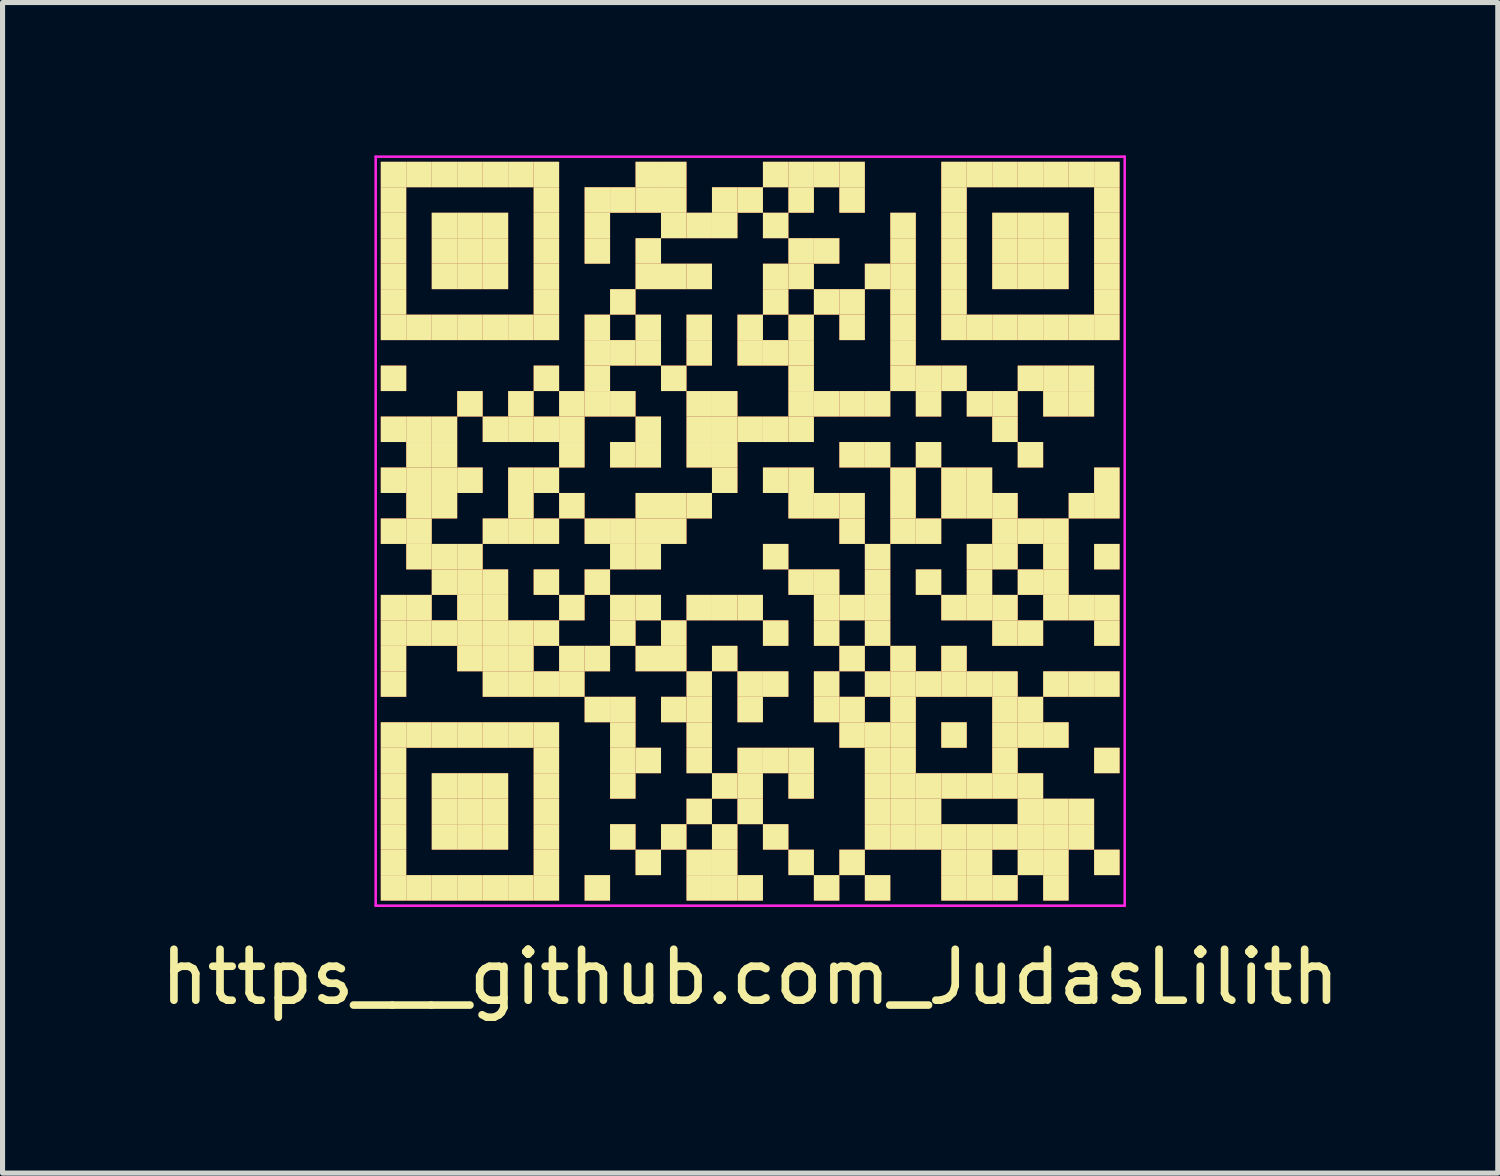
<source format=kicad_pcb>
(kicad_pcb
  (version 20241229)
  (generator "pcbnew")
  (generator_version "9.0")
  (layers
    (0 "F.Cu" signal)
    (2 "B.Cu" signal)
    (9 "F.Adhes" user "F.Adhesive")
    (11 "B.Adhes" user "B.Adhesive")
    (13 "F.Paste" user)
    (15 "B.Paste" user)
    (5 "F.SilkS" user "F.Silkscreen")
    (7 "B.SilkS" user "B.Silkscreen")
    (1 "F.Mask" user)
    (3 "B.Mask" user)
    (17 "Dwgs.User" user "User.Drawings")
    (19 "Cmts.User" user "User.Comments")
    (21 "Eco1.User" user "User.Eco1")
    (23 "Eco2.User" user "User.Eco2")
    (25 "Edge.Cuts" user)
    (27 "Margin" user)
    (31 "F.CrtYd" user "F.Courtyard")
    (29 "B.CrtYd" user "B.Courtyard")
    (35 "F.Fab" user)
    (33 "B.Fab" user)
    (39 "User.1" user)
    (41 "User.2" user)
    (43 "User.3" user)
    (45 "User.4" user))
  (footprint "https___github.com_JudasLilith"
    (layer "F.Cu")
    (at 11.673 7.375)
    (property "Reference" "https___github.com_JudasLilith" (at 0 8.75 0) (layer "F.SilkS") (effects (font (size 1 1) (thickness 0.15))))
    (fp_rect (start -7.3 -7.3) (end 7.3 7.3) (stroke (width 0) (type default)) (fill yes) (layer "F.Mask"))
    (fp_rect (start -7.25 -7.25) (end -6.75 -6.75) (stroke (width 0) (type default)) (fill yes) (layer "F.SilkS"))
    (fp_rect (start -7.25 -6.75) (end -6.75 -6.25) (stroke (width 0) (type default)) (fill yes) (layer "F.SilkS"))
    (fp_rect (start -7.25 -6.25) (end -6.75 -5.75) (stroke (width 0) (type default)) (fill yes) (layer "F.SilkS"))
    (fp_rect (start -7.25 -5.75) (end -6.75 -5.25) (stroke (width 0) (type default)) (fill yes) (layer "F.SilkS"))
    (fp_rect (start -7.25 -5.25) (end -6.75 -4.75) (stroke (width 0) (type default)) (fill yes) (layer "F.SilkS"))
    (fp_rect (start -7.25 -4.75) (end -6.75 -4.25) (stroke (width 0) (type default)) (fill yes) (layer "F.SilkS"))
    (fp_rect (start -7.25 -4.25) (end -6.75 -3.75) (stroke (width 0) (type default)) (fill yes) (layer "F.SilkS"))
    (fp_rect (start -7.25 -3.25) (end -6.75 -2.75) (stroke (width 0) (type default)) (fill yes) (layer "F.SilkS"))
    (fp_rect (start -7.25 -2.25) (end -6.75 -1.75) (stroke (width 0) (type default)) (fill yes) (layer "F.SilkS"))
    (fp_rect (start -7.25 -1.25) (end -6.75 -0.75) (stroke (width 0) (type default)) (fill yes) (layer "F.SilkS"))
    (fp_rect (start -7.25 -0.25) (end -6.75 0.25) (stroke (width 0) (type default)) (fill yes) (layer "F.SilkS"))
    (fp_rect (start -7.25 1.25) (end -6.75 1.75) (stroke (width 0) (type default)) (fill yes) (layer "F.SilkS"))
    (fp_rect (start -7.25 1.75) (end -6.75 2.25) (stroke (width 0) (type default)) (fill yes) (layer "F.SilkS"))
    (fp_rect (start -7.25 2.25) (end -6.75 2.75) (stroke (width 0) (type default)) (fill yes) (layer "F.SilkS"))
    (fp_rect (start -7.25 2.75) (end -6.75 3.25) (stroke (width 0) (type default)) (fill yes) (layer "F.SilkS"))
    (fp_rect (start -7.25 3.75) (end -6.75 4.25) (stroke (width 0) (type default)) (fill yes) (layer "F.SilkS"))
    (fp_rect (start -7.25 4.25) (end -6.75 4.75) (stroke (width 0) (type default)) (fill yes) (layer "F.SilkS"))
    (fp_rect (start -7.25 4.75) (end -6.75 5.25) (stroke (width 0) (type default)) (fill yes) (layer "F.SilkS"))
    (fp_rect (start -7.25 5.25) (end -6.75 5.75) (stroke (width 0) (type default)) (fill yes) (layer "F.SilkS"))
    (fp_rect (start -7.25 5.75) (end -6.75 6.25) (stroke (width 0) (type default)) (fill yes) (layer "F.SilkS"))
    (fp_rect (start -7.25 6.25) (end -6.75 6.75) (stroke (width 0) (type default)) (fill yes) (layer "F.SilkS"))
    (fp_rect (start -7.25 6.75) (end -6.75 7.25) (stroke (width 0) (type default)) (fill yes) (layer "F.SilkS"))
    (fp_rect (start -6.75 -7.25) (end -6.25 -6.75) (stroke (width 0) (type default)) (fill yes) (layer "F.SilkS"))
    (fp_rect (start -6.75 -4.25) (end -6.25 -3.75) (stroke (width 0) (type default)) (fill yes) (layer "F.SilkS"))
    (fp_rect (start -6.75 -2.25) (end -6.25 -1.75) (stroke (width 0) (type default)) (fill yes) (layer "F.SilkS"))
    (fp_rect (start -6.75 -1.75) (end -6.25 -1.25) (stroke (width 0) (type default)) (fill yes) (layer "F.SilkS"))
    (fp_rect (start -6.75 -1.25) (end -6.25 -0.75) (stroke (width 0) (type default)) (fill yes) (layer "F.SilkS"))
    (fp_rect (start -6.75 -0.75) (end -6.25 -0.25) (stroke (width 0) (type default)) (fill yes) (layer "F.SilkS"))
    (fp_rect (start -6.75 -0.25) (end -6.25 0.25) (stroke (width 0) (type default)) (fill yes) (layer "F.SilkS"))
    (fp_rect (start -6.75 0.25) (end -6.25 0.75) (stroke (width 0) (type default)) (fill yes) (layer "F.SilkS"))
    (fp_rect (start -6.75 1.25) (end -6.25 1.75) (stroke (width 0) (type default)) (fill yes) (layer "F.SilkS"))
    (fp_rect (start -6.75 1.75) (end -6.25 2.25) (stroke (width 0) (type default)) (fill yes) (layer "F.SilkS"))
    (fp_rect (start -6.75 3.75) (end -6.25 4.25) (stroke (width 0) (type default)) (fill yes) (layer "F.SilkS"))
    (fp_rect (start -6.75 6.75) (end -6.25 7.25) (stroke (width 0) (type default)) (fill yes) (layer "F.SilkS"))
    (fp_rect (start -6.25 -7.25) (end -5.75 -6.75) (stroke (width 0) (type default)) (fill yes) (layer "F.SilkS"))
    (fp_rect (start -6.25 -6.25) (end -5.75 -5.75) (stroke (width 0) (type default)) (fill yes) (layer "F.SilkS"))
    (fp_rect (start -6.25 -5.75) (end -5.75 -5.25) (stroke (width 0) (type default)) (fill yes) (layer "F.SilkS"))
    (fp_rect (start -6.25 -5.25) (end -5.75 -4.75) (stroke (width 0) (type default)) (fill yes) (layer "F.SilkS"))
    (fp_rect (start -6.25 -4.25) (end -5.75 -3.75) (stroke (width 0) (type default)) (fill yes) (layer "F.SilkS"))
    (fp_rect (start -6.25 -2.25) (end -5.75 -1.75) (stroke (width 0) (type default)) (fill yes) (layer "F.SilkS"))
    (fp_rect (start -6.25 -1.75) (end -5.75 -1.25) (stroke (width 0) (type default)) (fill yes) (layer "F.SilkS"))
    (fp_rect (start -6.25 -1.25) (end -5.75 -0.75) (stroke (width 0) (type default)) (fill yes) (layer "F.SilkS"))
    (fp_rect (start -6.25 -0.75) (end -5.75 -0.25) (stroke (width 0) (type default)) (fill yes) (layer "F.SilkS"))
    (fp_rect (start -6.25 0.25) (end -5.75 0.75) (stroke (width 0) (type default)) (fill yes) (layer "F.SilkS"))
    (fp_rect (start -6.25 0.75) (end -5.75 1.25) (stroke (width 0) (type default)) (fill yes) (layer "F.SilkS"))
    (fp_rect (start -6.25 1.75) (end -5.75 2.25) (stroke (width 0) (type default)) (fill yes) (layer "F.SilkS"))
    (fp_rect (start -6.25 3.75) (end -5.75 4.25) (stroke (width 0) (type default)) (fill yes) (layer "F.SilkS"))
    (fp_rect (start -6.25 4.75) (end -5.75 5.25) (stroke (width 0) (type default)) (fill yes) (layer "F.SilkS"))
    (fp_rect (start -6.25 5.25) (end -5.75 5.75) (stroke (width 0) (type default)) (fill yes) (layer "F.SilkS"))
    (fp_rect (start -6.25 5.75) (end -5.75 6.25) (stroke (width 0) (type default)) (fill yes) (layer "F.SilkS"))
    (fp_rect (start -6.25 6.75) (end -5.75 7.25) (stroke (width 0) (type default)) (fill yes) (layer "F.SilkS"))
    (fp_rect (start -5.75 -7.25) (end -5.25 -6.75) (stroke (width 0) (type default)) (fill yes) (layer "F.SilkS"))
    (fp_rect (start -5.75 -6.25) (end -5.25 -5.75) (stroke (width 0) (type default)) (fill yes) (layer "F.SilkS"))
    (fp_rect (start -5.75 -5.75) (end -5.25 -5.25) (stroke (width 0) (type default)) (fill yes) (layer "F.SilkS"))
    (fp_rect (start -5.75 -5.25) (end -5.25 -4.75) (stroke (width 0) (type default)) (fill yes) (layer "F.SilkS"))
    (fp_rect (start -5.75 -4.25) (end -5.25 -3.75) (stroke (width 0) (type default)) (fill yes) (layer "F.SilkS"))
    (fp_rect (start -5.75 -2.75) (end -5.25 -2.25) (stroke (width 0) (type default)) (fill yes) (layer "F.SilkS"))
    (fp_rect (start -5.75 -1.25) (end -5.25 -0.75) (stroke (width 0) (type default)) (fill yes) (layer "F.SilkS"))
    (fp_rect (start -5.75 0.25) (end -5.25 0.75) (stroke (width 0) (type default)) (fill yes) (layer "F.SilkS"))
    (fp_rect (start -5.75 0.75) (end -5.25 1.25) (stroke (width 0) (type default)) (fill yes) (layer "F.SilkS"))
    (fp_rect (start -5.75 1.25) (end -5.25 1.75) (stroke (width 0) (type default)) (fill yes) (layer "F.SilkS"))
    (fp_rect (start -5.75 1.75) (end -5.25 2.25) (stroke (width 0) (type default)) (fill yes) (layer "F.SilkS"))
    (fp_rect (start -5.75 2.25) (end -5.25 2.75) (stroke (width 0) (type default)) (fill yes) (layer "F.SilkS"))
    (fp_rect (start -5.75 3.75) (end -5.25 4.25) (stroke (width 0) (type default)) (fill yes) (layer "F.SilkS"))
    (fp_rect (start -5.75 4.75) (end -5.25 5.25) (stroke (width 0) (type default)) (fill yes) (layer "F.SilkS"))
    (fp_rect (start -5.75 5.25) (end -5.25 5.75) (stroke (width 0) (type default)) (fill yes) (layer "F.SilkS"))
    (fp_rect (start -5.75 5.75) (end -5.25 6.25) (stroke (width 0) (type default)) (fill yes) (layer "F.SilkS"))
    (fp_rect (start -5.75 6.75) (end -5.25 7.25) (stroke (width 0) (type default)) (fill yes) (layer "F.SilkS"))
    (fp_rect (start -5.25 -7.25) (end -4.75 -6.75) (stroke (width 0) (type default)) (fill yes) (layer "F.SilkS"))
    (fp_rect (start -5.25 -6.25) (end -4.75 -5.75) (stroke (width 0) (type default)) (fill yes) (layer "F.SilkS"))
    (fp_rect (start -5.25 -5.75) (end -4.75 -5.25) (stroke (width 0) (type default)) (fill yes) (layer "F.SilkS"))
    (fp_rect (start -5.25 -5.25) (end -4.75 -4.75) (stroke (width 0) (type default)) (fill yes) (layer "F.SilkS"))
    (fp_rect (start -5.25 -4.25) (end -4.75 -3.75) (stroke (width 0) (type default)) (fill yes) (layer "F.SilkS"))
    (fp_rect (start -5.25 -2.25) (end -4.75 -1.75) (stroke (width 0) (type default)) (fill yes) (layer "F.SilkS"))
    (fp_rect (start -5.25 -0.25) (end -4.75 0.25) (stroke (width 0) (type default)) (fill yes) (layer "F.SilkS"))
    (fp_rect (start -5.25 0.75) (end -4.75 1.25) (stroke (width 0) (type default)) (fill yes) (layer "F.SilkS"))
    (fp_rect (start -5.25 1.25) (end -4.75 1.75) (stroke (width 0) (type default)) (fill yes) (layer "F.SilkS"))
    (fp_rect (start -5.25 1.75) (end -4.75 2.25) (stroke (width 0) (type default)) (fill yes) (layer "F.SilkS"))
    (fp_rect (start -5.25 2.25) (end -4.75 2.75) (stroke (width 0) (type default)) (fill yes) (layer "F.SilkS"))
    (fp_rect (start -5.25 2.75) (end -4.75 3.25) (stroke (width 0) (type default)) (fill yes) (layer "F.SilkS"))
    (fp_rect (start -5.25 3.75) (end -4.75 4.25) (stroke (width 0) (type default)) (fill yes) (layer "F.SilkS"))
    (fp_rect (start -5.25 4.75) (end -4.75 5.25) (stroke (width 0) (type default)) (fill yes) (layer "F.SilkS"))
    (fp_rect (start -5.25 5.25) (end -4.75 5.75) (stroke (width 0) (type default)) (fill yes) (layer "F.SilkS"))
    (fp_rect (start -5.25 5.75) (end -4.75 6.25) (stroke (width 0) (type default)) (fill yes) (layer "F.SilkS"))
    (fp_rect (start -5.25 6.75) (end -4.75 7.25) (stroke (width 0) (type default)) (fill yes) (layer "F.SilkS"))
    (fp_rect (start -4.75 -7.25) (end -4.25 -6.75) (stroke (width 0) (type default)) (fill yes) (layer "F.SilkS"))
    (fp_rect (start -4.75 -4.25) (end -4.25 -3.75) (stroke (width 0) (type default)) (fill yes) (layer "F.SilkS"))
    (fp_rect (start -4.75 -2.75) (end -4.25 -2.25) (stroke (width 0) (type default)) (fill yes) (layer "F.SilkS"))
    (fp_rect (start -4.75 -2.25) (end -4.25 -1.75) (stroke (width 0) (type default)) (fill yes) (layer "F.SilkS"))
    (fp_rect (start -4.75 -1.25) (end -4.25 -0.75) (stroke (width 0) (type default)) (fill yes) (layer "F.SilkS"))
    (fp_rect (start -4.75 -0.75) (end -4.25 -0.25) (stroke (width 0) (type default)) (fill yes) (layer "F.SilkS"))
    (fp_rect (start -4.75 -0.25) (end -4.25 0.25) (stroke (width 0) (type default)) (fill yes) (layer "F.SilkS"))
    (fp_rect (start -4.75 1.75) (end -4.25 2.25) (stroke (width 0) (type default)) (fill yes) (layer "F.SilkS"))
    (fp_rect (start -4.75 2.25) (end -4.25 2.75) (stroke (width 0) (type default)) (fill yes) (layer "F.SilkS"))
    (fp_rect (start -4.75 2.75) (end -4.25 3.25) (stroke (width 0) (type default)) (fill yes) (layer "F.SilkS"))
    (fp_rect (start -4.75 3.75) (end -4.25 4.25) (stroke (width 0) (type default)) (fill yes) (layer "F.SilkS"))
    (fp_rect (start -4.75 6.75) (end -4.25 7.25) (stroke (width 0) (type default)) (fill yes) (layer "F.SilkS"))
    (fp_rect (start -4.25 -7.25) (end -3.75 -6.75) (stroke (width 0) (type default)) (fill yes) (layer "F.SilkS"))
    (fp_rect (start -4.25 -6.75) (end -3.75 -6.25) (stroke (width 0) (type default)) (fill yes) (layer "F.SilkS"))
    (fp_rect (start -4.25 -6.25) (end -3.75 -5.75) (stroke (width 0) (type default)) (fill yes) (layer "F.SilkS"))
    (fp_rect (start -4.25 -5.75) (end -3.75 -5.25) (stroke (width 0) (type default)) (fill yes) (layer "F.SilkS"))
    (fp_rect (start -4.25 -5.25) (end -3.75 -4.75) (stroke (width 0) (type default)) (fill yes) (layer "F.SilkS"))
    (fp_rect (start -4.25 -4.75) (end -3.75 -4.25) (stroke (width 0) (type default)) (fill yes) (layer "F.SilkS"))
    (fp_rect (start -4.25 -4.25) (end -3.75 -3.75) (stroke (width 0) (type default)) (fill yes) (layer "F.SilkS"))
    (fp_rect (start -4.25 -3.25) (end -3.75 -2.75) (stroke (width 0) (type default)) (fill yes) (layer "F.SilkS"))
    (fp_rect (start -4.25 -2.25) (end -3.75 -1.75) (stroke (width 0) (type default)) (fill yes) (layer "F.SilkS"))
    (fp_rect (start -4.25 -1.25) (end -3.75 -0.75) (stroke (width 0) (type default)) (fill yes) (layer "F.SilkS"))
    (fp_rect (start -4.25 -0.25) (end -3.75 0.25) (stroke (width 0) (type default)) (fill yes) (layer "F.SilkS"))
    (fp_rect (start -4.25 0.75) (end -3.75 1.25) (stroke (width 0) (type default)) (fill yes) (layer "F.SilkS"))
    (fp_rect (start -4.25 1.75) (end -3.75 2.25) (stroke (width 0) (type default)) (fill yes) (layer "F.SilkS"))
    (fp_rect (start -4.25 2.75) (end -3.75 3.25) (stroke (width 0) (type default)) (fill yes) (layer "F.SilkS"))
    (fp_rect (start -4.25 3.75) (end -3.75 4.25) (stroke (width 0) (type default)) (fill yes) (layer "F.SilkS"))
    (fp_rect (start -4.25 4.25) (end -3.75 4.75) (stroke (width 0) (type default)) (fill yes) (layer "F.SilkS"))
    (fp_rect (start -4.25 4.75) (end -3.75 5.25) (stroke (width 0) (type default)) (fill yes) (layer "F.SilkS"))
    (fp_rect (start -4.25 5.25) (end -3.75 5.75) (stroke (width 0) (type default)) (fill yes) (layer "F.SilkS"))
    (fp_rect (start -4.25 5.75) (end -3.75 6.25) (stroke (width 0) (type default)) (fill yes) (layer "F.SilkS"))
    (fp_rect (start -4.25 6.25) (end -3.75 6.75) (stroke (width 0) (type default)) (fill yes) (layer "F.SilkS"))
    (fp_rect (start -4.25 6.75) (end -3.75 7.25) (stroke (width 0) (type default)) (fill yes) (layer "F.SilkS"))
    (fp_rect (start -3.75 -2.75) (end -3.25 -2.25) (stroke (width 0) (type default)) (fill yes) (layer "F.SilkS"))
    (fp_rect (start -3.75 -2.25) (end -3.25 -1.75) (stroke (width 0) (type default)) (fill yes) (layer "F.SilkS"))
    (fp_rect (start -3.75 -1.75) (end -3.25 -1.25) (stroke (width 0) (type default)) (fill yes) (layer "F.SilkS"))
    (fp_rect (start -3.75 -0.75) (end -3.25 -0.25) (stroke (width 0) (type default)) (fill yes) (layer "F.SilkS"))
    (fp_rect (start -3.75 1.25) (end -3.25 1.75) (stroke (width 0) (type default)) (fill yes) (layer "F.SilkS"))
    (fp_rect (start -3.75 2.25) (end -3.25 2.75) (stroke (width 0) (type default)) (fill yes) (layer "F.SilkS"))
    (fp_rect (start -3.75 2.75) (end -3.25 3.25) (stroke (width 0) (type default)) (fill yes) (layer "F.SilkS"))
    (fp_rect (start -3.25 -6.75) (end -2.75 -6.25) (stroke (width 0) (type default)) (fill yes) (layer "F.SilkS"))
    (fp_rect (start -3.25 -6.25) (end -2.75 -5.75) (stroke (width 0) (type default)) (fill yes) (layer "F.SilkS"))
    (fp_rect (start -3.25 -5.75) (end -2.75 -5.25) (stroke (width 0) (type default)) (fill yes) (layer "F.SilkS"))
    (fp_rect (start -3.25 -4.25) (end -2.75 -3.75) (stroke (width 0) (type default)) (fill yes) (layer "F.SilkS"))
    (fp_rect (start -3.25 -3.75) (end -2.75 -3.25) (stroke (width 0) (type default)) (fill yes) (layer "F.SilkS"))
    (fp_rect (start -3.25 -3.25) (end -2.75 -2.75) (stroke (width 0) (type default)) (fill yes) (layer "F.SilkS"))
    (fp_rect (start -3.25 -2.75) (end -2.75 -2.25) (stroke (width 0) (type default)) (fill yes) (layer "F.SilkS"))
    (fp_rect (start -3.25 -0.25) (end -2.75 0.25) (stroke (width 0) (type default)) (fill yes) (layer "F.SilkS"))
    (fp_rect (start -3.25 0.75) (end -2.75 1.25) (stroke (width 0) (type default)) (fill yes) (layer "F.SilkS"))
    (fp_rect (start -3.25 2.25) (end -2.75 2.75) (stroke (width 0) (type default)) (fill yes) (layer "F.SilkS"))
    (fp_rect (start -3.25 3.25) (end -2.75 3.75) (stroke (width 0) (type default)) (fill yes) (layer "F.SilkS"))
    (fp_rect (start -3.25 6.75) (end -2.75 7.25) (stroke (width 0) (type default)) (fill yes) (layer "F.SilkS"))
    (fp_rect (start -2.75 -6.75) (end -2.25 -6.25) (stroke (width 0) (type default)) (fill yes) (layer "F.SilkS"))
    (fp_rect (start -2.75 -4.75) (end -2.25 -4.25) (stroke (width 0) (type default)) (fill yes) (layer "F.SilkS"))
    (fp_rect (start -2.75 -3.75) (end -2.25 -3.25) (stroke (width 0) (type default)) (fill yes) (layer "F.SilkS"))
    (fp_rect (start -2.75 -2.75) (end -2.25 -2.25) (stroke (width 0) (type default)) (fill yes) (layer "F.SilkS"))
    (fp_rect (start -2.75 -1.75) (end -2.25 -1.25) (stroke (width 0) (type default)) (fill yes) (layer "F.SilkS"))
    (fp_rect (start -2.75 -0.25) (end -2.25 0.25) (stroke (width 0) (type default)) (fill yes) (layer "F.SilkS"))
    (fp_rect (start -2.75 0.25) (end -2.25 0.75) (stroke (width 0) (type default)) (fill yes) (layer "F.SilkS"))
    (fp_rect (start -2.75 1.25) (end -2.25 1.75) (stroke (width 0) (type default)) (fill yes) (layer "F.SilkS"))
    (fp_rect (start -2.75 1.75) (end -2.25 2.25) (stroke (width 0) (type default)) (fill yes) (layer "F.SilkS"))
    (fp_rect (start -2.75 3.25) (end -2.25 3.75) (stroke (width 0) (type default)) (fill yes) (layer "F.SilkS"))
    (fp_rect (start -2.75 3.75) (end -2.25 4.25) (stroke (width 0) (type default)) (fill yes) (layer "F.SilkS"))
    (fp_rect (start -2.75 4.25) (end -2.25 4.75) (stroke (width 0) (type default)) (fill yes) (layer "F.SilkS"))
    (fp_rect (start -2.75 4.75) (end -2.25 5.25) (stroke (width 0) (type default)) (fill yes) (layer "F.SilkS"))
    (fp_rect (start -2.75 5.75) (end -2.25 6.25) (stroke (width 0) (type default)) (fill yes) (layer "F.SilkS"))
    (fp_rect (start -2.25 -7.25) (end -1.75 -6.75) (stroke (width 0) (type default)) (fill yes) (layer "F.SilkS"))
    (fp_rect (start -2.25 -6.75) (end -1.75 -6.25) (stroke (width 0) (type default)) (fill yes) (layer "F.SilkS"))
    (fp_rect (start -2.25 -5.75) (end -1.75 -5.25) (stroke (width 0) (type default)) (fill yes) (layer "F.SilkS"))
    (fp_rect (start -2.25 -5.25) (end -1.75 -4.75) (stroke (width 0) (type default)) (fill yes) (layer "F.SilkS"))
    (fp_rect (start -2.25 -4.25) (end -1.75 -3.75) (stroke (width 0) (type default)) (fill yes) (layer "F.SilkS"))
    (fp_rect (start -2.25 -3.75) (end -1.75 -3.25) (stroke (width 0) (type default)) (fill yes) (layer "F.SilkS"))
    (fp_rect (start -2.25 -2.25) (end -1.75 -1.75) (stroke (width 0) (type default)) (fill yes) (layer "F.SilkS"))
    (fp_rect (start -2.25 -1.75) (end -1.75 -1.25) (stroke (width 0) (type default)) (fill yes) (layer "F.SilkS"))
    (fp_rect (start -2.25 -0.75) (end -1.75 -0.25) (stroke (width 0) (type default)) (fill yes) (layer "F.SilkS"))
    (fp_rect (start -2.25 -0.25) (end -1.75 0.25) (stroke (width 0) (type default)) (fill yes) (layer "F.SilkS"))
    (fp_rect (start -2.25 0.25) (end -1.75 0.75) (stroke (width 0) (type default)) (fill yes) (layer "F.SilkS"))
    (fp_rect (start -2.25 1.25) (end -1.75 1.75) (stroke (width 0) (type default)) (fill yes) (layer "F.SilkS"))
    (fp_rect (start -2.25 2.25) (end -1.75 2.75) (stroke (width 0) (type default)) (fill yes) (layer "F.SilkS"))
    (fp_rect (start -2.25 4.25) (end -1.75 4.75) (stroke (width 0) (type default)) (fill yes) (layer "F.SilkS"))
    (fp_rect (start -2.25 6.25) (end -1.75 6.75) (stroke (width 0) (type default)) (fill yes) (layer "F.SilkS"))
    (fp_rect (start -1.75 -7.25) (end -1.25 -6.75) (stroke (width 0) (type default)) (fill yes) (layer "F.SilkS"))
    (fp_rect (start -1.75 -6.75) (end -1.25 -6.25) (stroke (width 0) (type default)) (fill yes) (layer "F.SilkS"))
    (fp_rect (start -1.75 -6.25) (end -1.25 -5.75) (stroke (width 0) (type default)) (fill yes) (layer "F.SilkS"))
    (fp_rect (start -1.75 -5.25) (end -1.25 -4.75) (stroke (width 0) (type default)) (fill yes) (layer "F.SilkS"))
    (fp_rect (start -1.75 -3.25) (end -1.25 -2.75) (stroke (width 0) (type default)) (fill yes) (layer "F.SilkS"))
    (fp_rect (start -1.75 -0.75) (end -1.25 -0.25) (stroke (width 0) (type default)) (fill yes) (layer "F.SilkS"))
    (fp_rect (start -1.75 -0.25) (end -1.25 0.25) (stroke (width 0) (type default)) (fill yes) (layer "F.SilkS"))
    (fp_rect (start -1.75 1.75) (end -1.25 2.25) (stroke (width 0) (type default)) (fill yes) (layer "F.SilkS"))
    (fp_rect (start -1.75 2.25) (end -1.25 2.75) (stroke (width 0) (type default)) (fill yes) (layer "F.SilkS"))
    (fp_rect (start -1.75 3.25) (end -1.25 3.75) (stroke (width 0) (type default)) (fill yes) (layer "F.SilkS"))
    (fp_rect (start -1.75 5.75) (end -1.25 6.25) (stroke (width 0) (type default)) (fill yes) (layer "F.SilkS"))
    (fp_rect (start -1.25 -6.25) (end -0.75 -5.75) (stroke (width 0) (type default)) (fill yes) (layer "F.SilkS"))
    (fp_rect (start -1.25 -5.25) (end -0.75 -4.75) (stroke (width 0) (type default)) (fill yes) (layer "F.SilkS"))
    (fp_rect (start -1.25 -4.25) (end -0.75 -3.75) (stroke (width 0) (type default)) (fill yes) (layer "F.SilkS"))
    (fp_rect (start -1.25 -3.75) (end -0.75 -3.25) (stroke (width 0) (type default)) (fill yes) (layer "F.SilkS"))
    (fp_rect (start -1.25 -2.75) (end -0.75 -2.25) (stroke (width 0) (type default)) (fill yes) (layer "F.SilkS"))
    (fp_rect (start -1.25 -2.25) (end -0.75 -1.75) (stroke (width 0) (type default)) (fill yes) (layer "F.SilkS"))
    (fp_rect (start -1.25 -1.75) (end -0.75 -1.25) (stroke (width 0) (type default)) (fill yes) (layer "F.SilkS"))
    (fp_rect (start -1.25 -0.75) (end -0.75 -0.25) (stroke (width 0) (type default)) (fill yes) (layer "F.SilkS"))
    (fp_rect (start -1.25 1.25) (end -0.75 1.75) (stroke (width 0) (type default)) (fill yes) (layer "F.SilkS"))
    (fp_rect (start -1.25 2.75) (end -0.75 3.25) (stroke (width 0) (type default)) (fill yes) (layer "F.SilkS"))
    (fp_rect (start -1.25 3.25) (end -0.75 3.75) (stroke (width 0) (type default)) (fill yes) (layer "F.SilkS"))
    (fp_rect (start -1.25 3.75) (end -0.75 4.25) (stroke (width 0) (type default)) (fill yes) (layer "F.SilkS"))
    (fp_rect (start -1.25 4.25) (end -0.75 4.75) (stroke (width 0) (type default)) (fill yes) (layer "F.SilkS"))
    (fp_rect (start -1.25 5.25) (end -0.75 5.75) (stroke (width 0) (type default)) (fill yes) (layer "F.SilkS"))
    (fp_rect (start -1.25 6.25) (end -0.75 6.75) (stroke (width 0) (type default)) (fill yes) (layer "F.SilkS"))
    (fp_rect (start -1.25 6.75) (end -0.75 7.25) (stroke (width 0) (type default)) (fill yes) (layer "F.SilkS"))
    (fp_rect (start -0.75 -6.75) (end -0.25 -6.25) (stroke (width 0) (type default)) (fill yes) (layer "F.SilkS"))
    (fp_rect (start -0.75 -6.25) (end -0.25 -5.75) (stroke (width 0) (type default)) (fill yes) (layer "F.SilkS"))
    (fp_rect (start -0.75 -2.75) (end -0.25 -2.25) (stroke (width 0) (type default)) (fill yes) (layer "F.SilkS"))
    (fp_rect (start -0.75 -2.25) (end -0.25 -1.75) (stroke (width 0) (type default)) (fill yes) (layer "F.SilkS"))
    (fp_rect (start -0.75 -1.75) (end -0.25 -1.25) (stroke (width 0) (type default)) (fill yes) (layer "F.SilkS"))
    (fp_rect (start -0.75 -1.25) (end -0.25 -0.75) (stroke (width 0) (type default)) (fill yes) (layer "F.SilkS"))
    (fp_rect (start -0.75 1.25) (end -0.25 1.75) (stroke (width 0) (type default)) (fill yes) (layer "F.SilkS"))
    (fp_rect (start -0.75 2.25) (end -0.25 2.75) (stroke (width 0) (type default)) (fill yes) (layer "F.SilkS"))
    (fp_rect (start -0.75 4.75) (end -0.25 5.25) (stroke (width 0) (type default)) (fill yes) (layer "F.SilkS"))
    (fp_rect (start -0.75 5.75) (end -0.25 6.25) (stroke (width 0) (type default)) (fill yes) (layer "F.SilkS"))
    (fp_rect (start -0.75 6.25) (end -0.25 6.75) (stroke (width 0) (type default)) (fill yes) (layer "F.SilkS"))
    (fp_rect (start -0.75 6.75) (end -0.25 7.25) (stroke (width 0) (type default)) (fill yes) (layer "F.SilkS"))
    (fp_rect (start -0.25 -6.75) (end 0.25 -6.25) (stroke (width 0) (type default)) (fill yes) (layer "F.SilkS"))
    (fp_rect (start -0.25 -4.25) (end 0.25 -3.75) (stroke (width 0) (type default)) (fill yes) (layer "F.SilkS"))
    (fp_rect (start -0.25 -3.75) (end 0.25 -3.25) (stroke (width 0) (type default)) (fill yes) (layer "F.SilkS"))
    (fp_rect (start -0.25 -2.25) (end 0.25 -1.75) (stroke (width 0) (type default)) (fill yes) (layer "F.SilkS"))
    (fp_rect (start -0.25 1.25) (end 0.25 1.75) (stroke (width 0) (type default)) (fill yes) (layer "F.SilkS"))
    (fp_rect (start -0.25 2.75) (end 0.25 3.25) (stroke (width 0) (type default)) (fill yes) (layer "F.SilkS"))
    (fp_rect (start -0.25 3.25) (end 0.25 3.75) (stroke (width 0) (type default)) (fill yes) (layer "F.SilkS"))
    (fp_rect (start -0.25 4.25) (end 0.25 4.75) (stroke (width 0) (type default)) (fill yes) (layer "F.SilkS"))
    (fp_rect (start -0.25 4.75) (end 0.25 5.25) (stroke (width 0) (type default)) (fill yes) (layer "F.SilkS"))
    (fp_rect (start -0.25 5.25) (end 0.25 5.75) (stroke (width 0) (type default)) (fill yes) (layer "F.SilkS"))
    (fp_rect (start -0.25 6.75) (end 0.25 7.25) (stroke (width 0) (type default)) (fill yes) (layer "F.SilkS"))
    (fp_rect (start 0.25 -7.25) (end 0.75 -6.75) (stroke (width 0) (type default)) (fill yes) (layer "F.SilkS"))
    (fp_rect (start 0.25 -6.25) (end 0.75 -5.75) (stroke (width 0) (type default)) (fill yes) (layer "F.SilkS"))
    (fp_rect (start 0.25 -5.25) (end 0.75 -4.75) (stroke (width 0) (type default)) (fill yes) (layer "F.SilkS"))
    (fp_rect (start 0.25 -4.75) (end 0.75 -4.25) (stroke (width 0) (type default)) (fill yes) (layer "F.SilkS"))
    (fp_rect (start 0.25 -3.75) (end 0.75 -3.25) (stroke (width 0) (type default)) (fill yes) (layer "F.SilkS"))
    (fp_rect (start 0.25 -2.25) (end 0.75 -1.75) (stroke (width 0) (type default)) (fill yes) (layer "F.SilkS"))
    (fp_rect (start 0.25 -1.25) (end 0.75 -0.75) (stroke (width 0) (type default)) (fill yes) (layer "F.SilkS"))
    (fp_rect (start 0.25 0.25) (end 0.75 0.75) (stroke (width 0) (type default)) (fill yes) (layer "F.SilkS"))
    (fp_rect (start 0.25 1.75) (end 0.75 2.25) (stroke (width 0) (type default)) (fill yes) (layer "F.SilkS"))
    (fp_rect (start 0.25 2.75) (end 0.75 3.25) (stroke (width 0) (type default)) (fill yes) (layer "F.SilkS"))
    (fp_rect (start 0.25 4.25) (end 0.75 4.75) (stroke (width 0) (type default)) (fill yes) (layer "F.SilkS"))
    (fp_rect (start 0.25 5.75) (end 0.75 6.25) (stroke (width 0) (type default)) (fill yes) (layer "F.SilkS"))
    (fp_rect (start 0.75 -7.25) (end 1.25 -6.75) (stroke (width 0) (type default)) (fill yes) (layer "F.SilkS"))
    (fp_rect (start 0.75 -6.75) (end 1.25 -6.25) (stroke (width 0) (type default)) (fill yes) (layer "F.SilkS"))
    (fp_rect (start 0.75 -5.75) (end 1.25 -5.25) (stroke (width 0) (type default)) (fill yes) (layer "F.SilkS"))
    (fp_rect (start 0.75 -5.25) (end 1.25 -4.75) (stroke (width 0) (type default)) (fill yes) (layer "F.SilkS"))
    (fp_rect (start 0.75 -4.25) (end 1.25 -3.75) (stroke (width 0) (type default)) (fill yes) (layer "F.SilkS"))
    (fp_rect (start 0.75 -3.75) (end 1.25 -3.25) (stroke (width 0) (type default)) (fill yes) (layer "F.SilkS"))
    (fp_rect (start 0.75 -3.25) (end 1.25 -2.75) (stroke (width 0) (type default)) (fill yes) (layer "F.SilkS"))
    (fp_rect (start 0.75 -2.75) (end 1.25 -2.25) (stroke (width 0) (type default)) (fill yes) (layer "F.SilkS"))
    (fp_rect (start 0.75 -2.25) (end 1.25 -1.75) (stroke (width 0) (type default)) (fill yes) (layer "F.SilkS"))
    (fp_rect (start 0.75 -1.25) (end 1.25 -0.75) (stroke (width 0) (type default)) (fill yes) (layer "F.SilkS"))
    (fp_rect (start 0.75 -0.75) (end 1.25 -0.25) (stroke (width 0) (type default)) (fill yes) (layer "F.SilkS"))
    (fp_rect (start 0.75 0.75) (end 1.25 1.25) (stroke (width 0) (type default)) (fill yes) (layer "F.SilkS"))
    (fp_rect (start 0.75 4.25) (end 1.25 4.75) (stroke (width 0) (type default)) (fill yes) (layer "F.SilkS"))
    (fp_rect (start 0.75 4.75) (end 1.25 5.25) (stroke (width 0) (type default)) (fill yes) (layer "F.SilkS"))
    (fp_rect (start 0.75 6.25) (end 1.25 6.75) (stroke (width 0) (type default)) (fill yes) (layer "F.SilkS"))
    (fp_rect (start 1.25 -7.25) (end 1.75 -6.75) (stroke (width 0) (type default)) (fill yes) (layer "F.SilkS"))
    (fp_rect (start 1.25 -5.75) (end 1.75 -5.25) (stroke (width 0) (type default)) (fill yes) (layer "F.SilkS"))
    (fp_rect (start 1.25 -4.75) (end 1.75 -4.25) (stroke (width 0) (type default)) (fill yes) (layer "F.SilkS"))
    (fp_rect (start 1.25 -2.75) (end 1.75 -2.25) (stroke (width 0) (type default)) (fill yes) (layer "F.SilkS"))
    (fp_rect (start 1.25 -0.75) (end 1.75 -0.25) (stroke (width 0) (type default)) (fill yes) (layer "F.SilkS"))
    (fp_rect (start 1.25 0.75) (end 1.75 1.25) (stroke (width 0) (type default)) (fill yes) (layer "F.SilkS"))
    (fp_rect (start 1.25 1.25) (end 1.75 1.75) (stroke (width 0) (type default)) (fill yes) (layer "F.SilkS"))
    (fp_rect (start 1.25 1.75) (end 1.75 2.25) (stroke (width 0) (type default)) (fill yes) (layer "F.SilkS"))
    (fp_rect (start 1.25 2.75) (end 1.75 3.25) (stroke (width 0) (type default)) (fill yes) (layer "F.SilkS"))
    (fp_rect (start 1.25 3.25) (end 1.75 3.75) (stroke (width 0) (type default)) (fill yes) (layer "F.SilkS"))
    (fp_rect (start 1.25 6.75) (end 1.75 7.25) (stroke (width 0) (type default)) (fill yes) (layer "F.SilkS"))
    (fp_rect (start 1.75 -7.25) (end 2.25 -6.75) (stroke (width 0) (type default)) (fill yes) (layer "F.SilkS"))
    (fp_rect (start 1.75 -6.75) (end 2.25 -6.25) (stroke (width 0) (type default)) (fill yes) (layer "F.SilkS"))
    (fp_rect (start 1.75 -4.75) (end 2.25 -4.25) (stroke (width 0) (type default)) (fill yes) (layer "F.SilkS"))
    (fp_rect (start 1.75 -4.25) (end 2.25 -3.75) (stroke (width 0) (type default)) (fill yes) (layer "F.SilkS"))
    (fp_rect (start 1.75 -2.75) (end 2.25 -2.25) (stroke (width 0) (type default)) (fill yes) (layer "F.SilkS"))
    (fp_rect (start 1.75 -1.75) (end 2.25 -1.25) (stroke (width 0) (type default)) (fill yes) (layer "F.SilkS"))
    (fp_rect (start 1.75 -0.75) (end 2.25 -0.25) (stroke (width 0) (type default)) (fill yes) (layer "F.SilkS"))
    (fp_rect (start 1.75 -0.25) (end 2.25 0.25) (stroke (width 0) (type default)) (fill yes) (layer "F.SilkS"))
    (fp_rect (start 1.75 1.25) (end 2.25 1.75) (stroke (width 0) (type default)) (fill yes) (layer "F.SilkS"))
    (fp_rect (start 1.75 2.25) (end 2.25 2.75) (stroke (width 0) (type default)) (fill yes) (layer "F.SilkS"))
    (fp_rect (start 1.75 3.25) (end 2.25 3.75) (stroke (width 0) (type default)) (fill yes) (layer "F.SilkS"))
    (fp_rect (start 1.75 3.75) (end 2.25 4.25) (stroke (width 0) (type default)) (fill yes) (layer "F.SilkS"))
    (fp_rect (start 1.75 6.25) (end 2.25 6.75) (stroke (width 0) (type default)) (fill yes) (layer "F.SilkS"))
    (fp_rect (start 2.25 -5.25) (end 2.75 -4.75) (stroke (width 0) (type default)) (fill yes) (layer "F.SilkS"))
    (fp_rect (start 2.25 -2.75) (end 2.75 -2.25) (stroke (width 0) (type default)) (fill yes) (layer "F.SilkS"))
    (fp_rect (start 2.25 -1.75) (end 2.75 -1.25) (stroke (width 0) (type default)) (fill yes) (layer "F.SilkS"))
    (fp_rect (start 2.25 0.25) (end 2.75 0.75) (stroke (width 0) (type default)) (fill yes) (layer "F.SilkS"))
    (fp_rect (start 2.25 0.75) (end 2.75 1.25) (stroke (width 0) (type default)) (fill yes) (layer "F.SilkS"))
    (fp_rect (start 2.25 1.25) (end 2.75 1.75) (stroke (width 0) (type default)) (fill yes) (layer "F.SilkS"))
    (fp_rect (start 2.25 1.75) (end 2.75 2.25) (stroke (width 0) (type default)) (fill yes) (layer "F.SilkS"))
    (fp_rect (start 2.25 2.75) (end 2.75 3.25) (stroke (width 0) (type default)) (fill yes) (layer "F.SilkS"))
    (fp_rect (start 2.25 3.75) (end 2.75 4.25) (stroke (width 0) (type default)) (fill yes) (layer "F.SilkS"))
    (fp_rect (start 2.25 4.25) (end 2.75 4.75) (stroke (width 0) (type default)) (fill yes) (layer "F.SilkS"))
    (fp_rect (start 2.25 4.75) (end 2.75 5.25) (stroke (width 0) (type default)) (fill yes) (layer "F.SilkS"))
    (fp_rect (start 2.25 5.25) (end 2.75 5.75) (stroke (width 0) (type default)) (fill yes) (layer "F.SilkS"))
    (fp_rect (start 2.25 5.75) (end 2.75 6.25) (stroke (width 0) (type default)) (fill yes) (layer "F.SilkS"))
    (fp_rect (start 2.25 6.75) (end 2.75 7.25) (stroke (width 0) (type default)) (fill yes) (layer "F.SilkS"))
    (fp_rect (start 2.75 -6.25) (end 3.25 -5.75) (stroke (width 0) (type default)) (fill yes) (layer "F.SilkS"))
    (fp_rect (start 2.75 -5.75) (end 3.25 -5.25) (stroke (width 0) (type default)) (fill yes) (layer "F.SilkS"))
    (fp_rect (start 2.75 -5.25) (end 3.25 -4.75) (stroke (width 0) (type default)) (fill yes) (layer "F.SilkS"))
    (fp_rect (start 2.75 -4.75) (end 3.25 -4.25) (stroke (width 0) (type default)) (fill yes) (layer "F.SilkS"))
    (fp_rect (start 2.75 -4.25) (end 3.25 -3.75) (stroke (width 0) (type default)) (fill yes) (layer "F.SilkS"))
    (fp_rect (start 2.75 -3.75) (end 3.25 -3.25) (stroke (width 0) (type default)) (fill yes) (layer "F.SilkS"))
    (fp_rect (start 2.75 -3.25) (end 3.25 -2.75) (stroke (width 0) (type default)) (fill yes) (layer "F.SilkS"))
    (fp_rect (start 2.75 -1.25) (end 3.25 -0.75) (stroke (width 0) (type default)) (fill yes) (layer "F.SilkS"))
    (fp_rect (start 2.75 -0.75) (end 3.25 -0.25) (stroke (width 0) (type default)) (fill yes) (layer "F.SilkS"))
    (fp_rect (start 2.75 -0.25) (end 3.25 0.25) (stroke (width 0) (type default)) (fill yes) (layer "F.SilkS"))
    (fp_rect (start 2.75 2.25) (end 3.25 2.75) (stroke (width 0) (type default)) (fill yes) (layer "F.SilkS"))
    (fp_rect (start 2.75 2.75) (end 3.25 3.25) (stroke (width 0) (type default)) (fill yes) (layer "F.SilkS"))
    (fp_rect (start 2.75 3.25) (end 3.25 3.75) (stroke (width 0) (type default)) (fill yes) (layer "F.SilkS"))
    (fp_rect (start 2.75 3.75) (end 3.25 4.25) (stroke (width 0) (type default)) (fill yes) (layer "F.SilkS"))
    (fp_rect (start 2.75 4.25) (end 3.25 4.75) (stroke (width 0) (type default)) (fill yes) (layer "F.SilkS"))
    (fp_rect (start 2.75 4.75) (end 3.25 5.25) (stroke (width 0) (type default)) (fill yes) (layer "F.SilkS"))
    (fp_rect (start 2.75 5.25) (end 3.25 5.75) (stroke (width 0) (type default)) (fill yes) (layer "F.SilkS"))
    (fp_rect (start 2.75 5.75) (end 3.25 6.25) (stroke (width 0) (type default)) (fill yes) (layer "F.SilkS"))
    (fp_rect (start 3.25 -3.25) (end 3.75 -2.75) (stroke (width 0) (type default)) (fill yes) (layer "F.SilkS"))
    (fp_rect (start 3.25 -2.75) (end 3.75 -2.25) (stroke (width 0) (type default)) (fill yes) (layer "F.SilkS"))
    (fp_rect (start 3.25 -1.75) (end 3.75 -1.25) (stroke (width 0) (type default)) (fill yes) (layer "F.SilkS"))
    (fp_rect (start 3.25 -0.25) (end 3.75 0.25) (stroke (width 0) (type default)) (fill yes) (layer "F.SilkS"))
    (fp_rect (start 3.25 0.75) (end 3.75 1.25) (stroke (width 0) (type default)) (fill yes) (layer "F.SilkS"))
    (fp_rect (start 3.25 2.75) (end 3.75 3.25) (stroke (width 0) (type default)) (fill yes) (layer "F.SilkS"))
    (fp_rect (start 3.25 4.75) (end 3.75 5.25) (stroke (width 0) (type default)) (fill yes) (layer "F.SilkS"))
    (fp_rect (start 3.25 5.25) (end 3.75 5.75) (stroke (width 0) (type default)) (fill yes) (layer "F.SilkS"))
    (fp_rect (start 3.25 5.75) (end 3.75 6.25) (stroke (width 0) (type default)) (fill yes) (layer "F.SilkS"))
    (fp_rect (start 3.75 -7.25) (end 4.25 -6.75) (stroke (width 0) (type default)) (fill yes) (layer "F.SilkS"))
    (fp_rect (start 3.75 -6.75) (end 4.25 -6.25) (stroke (width 0) (type default)) (fill yes) (layer "F.SilkS"))
    (fp_rect (start 3.75 -6.25) (end 4.25 -5.75) (stroke (width 0) (type default)) (fill yes) (layer "F.SilkS"))
    (fp_rect (start 3.75 -5.75) (end 4.25 -5.25) (stroke (width 0) (type default)) (fill yes) (layer "F.SilkS"))
    (fp_rect (start 3.75 -5.25) (end 4.25 -4.75) (stroke (width 0) (type default)) (fill yes) (layer "F.SilkS"))
    (fp_rect (start 3.75 -4.75) (end 4.25 -4.25) (stroke (width 0) (type default)) (fill yes) (layer "F.SilkS"))
    (fp_rect (start 3.75 -4.25) (end 4.25 -3.75) (stroke (width 0) (type default)) (fill yes) (layer "F.SilkS"))
    (fp_rect (start 3.75 -3.25) (end 4.25 -2.75) (stroke (width 0) (type default)) (fill yes) (layer "F.SilkS"))
    (fp_rect (start 3.75 -1.25) (end 4.25 -0.75) (stroke (width 0) (type default)) (fill yes) (layer "F.SilkS"))
    (fp_rect (start 3.75 -0.75) (end 4.25 -0.25) (stroke (width 0) (type default)) (fill yes) (layer "F.SilkS"))
    (fp_rect (start 3.75 1.25) (end 4.25 1.75) (stroke (width 0) (type default)) (fill yes) (layer "F.SilkS"))
    (fp_rect (start 3.75 2.25) (end 4.25 2.75) (stroke (width 0) (type default)) (fill yes) (layer "F.SilkS"))
    (fp_rect (start 3.75 2.75) (end 4.25 3.25) (stroke (width 0) (type default)) (fill yes) (layer "F.SilkS"))
    (fp_rect (start 3.75 3.75) (end 4.25 4.25) (stroke (width 0) (type default)) (fill yes) (layer "F.SilkS"))
    (fp_rect (start 3.75 4.75) (end 4.25 5.25) (stroke (width 0) (type default)) (fill yes) (layer "F.SilkS"))
    (fp_rect (start 3.75 5.75) (end 4.25 6.25) (stroke (width 0) (type default)) (fill yes) (layer "F.SilkS"))
    (fp_rect (start 3.75 6.25) (end 4.25 6.75) (stroke (width 0) (type default)) (fill yes) (layer "F.SilkS"))
    (fp_rect (start 3.75 6.75) (end 4.25 7.25) (stroke (width 0) (type default)) (fill yes) (layer "F.SilkS"))
    (fp_rect (start 4.25 -7.25) (end 4.75 -6.75) (stroke (width 0) (type default)) (fill yes) (layer "F.SilkS"))
    (fp_rect (start 4.25 -4.25) (end 4.75 -3.75) (stroke (width 0) (type default)) (fill yes) (layer "F.SilkS"))
    (fp_rect (start 4.25 -2.75) (end 4.75 -2.25) (stroke (width 0) (type default)) (fill yes) (layer "F.SilkS"))
    (fp_rect (start 4.25 -1.25) (end 4.75 -0.75) (stroke (width 0) (type default)) (fill yes) (layer "F.SilkS"))
    (fp_rect (start 4.25 -0.75) (end 4.75 -0.25) (stroke (width 0) (type default)) (fill yes) (layer "F.SilkS"))
    (fp_rect (start 4.25 0.25) (end 4.75 0.75) (stroke (width 0) (type default)) (fill yes) (layer "F.SilkS"))
    (fp_rect (start 4.25 0.75) (end 4.75 1.25) (stroke (width 0) (type default)) (fill yes) (layer "F.SilkS"))
    (fp_rect (start 4.25 1.25) (end 4.75 1.75) (stroke (width 0) (type default)) (fill yes) (layer "F.SilkS"))
    (fp_rect (start 4.25 2.75) (end 4.75 3.25) (stroke (width 0) (type default)) (fill yes) (layer "F.SilkS"))
    (fp_rect (start 4.25 4.75) (end 4.75 5.25) (stroke (width 0) (type default)) (fill yes) (layer "F.SilkS"))
    (fp_rect (start 4.25 5.75) (end 4.75 6.25) (stroke (width 0) (type default)) (fill yes) (layer "F.SilkS"))
    (fp_rect (start 4.25 6.25) (end 4.75 6.75) (stroke (width 0) (type default)) (fill yes) (layer "F.SilkS"))
    (fp_rect (start 4.25 6.75) (end 4.75 7.25) (stroke (width 0) (type default)) (fill yes) (layer "F.SilkS"))
    (fp_rect (start 4.75 -7.25) (end 5.25 -6.75) (stroke (width 0) (type default)) (fill yes) (layer "F.SilkS"))
    (fp_rect (start 4.75 -6.25) (end 5.25 -5.75) (stroke (width 0) (type default)) (fill yes) (layer "F.SilkS"))
    (fp_rect (start 4.75 -5.75) (end 5.25 -5.25) (stroke (width 0) (type default)) (fill yes) (layer "F.SilkS"))
    (fp_rect (start 4.75 -5.25) (end 5.25 -4.75) (stroke (width 0) (type default)) (fill yes) (layer "F.SilkS"))
    (fp_rect (start 4.75 -4.25) (end 5.25 -3.75) (stroke (width 0) (type default)) (fill yes) (layer "F.SilkS"))
    (fp_rect (start 4.75 -2.75) (end 5.25 -2.25) (stroke (width 0) (type default)) (fill yes) (layer "F.SilkS"))
    (fp_rect (start 4.75 -2.25) (end 5.25 -1.75) (stroke (width 0) (type default)) (fill yes) (layer "F.SilkS"))
    (fp_rect (start 4.75 -0.75) (end 5.25 -0.25) (stroke (width 0) (type default)) (fill yes) (layer "F.SilkS"))
    (fp_rect (start 4.75 -0.25) (end 5.25 0.25) (stroke (width 0) (type default)) (fill yes) (layer "F.SilkS"))
    (fp_rect (start 4.75 0.25) (end 5.25 0.75) (stroke (width 0) (type default)) (fill yes) (layer "F.SilkS"))
    (fp_rect (start 4.75 1.25) (end 5.25 1.75) (stroke (width 0) (type default)) (fill yes) (layer "F.SilkS"))
    (fp_rect (start 4.75 1.75) (end 5.25 2.25) (stroke (width 0) (type default)) (fill yes) (layer "F.SilkS"))
    (fp_rect (start 4.75 2.75) (end 5.25 3.25) (stroke (width 0) (type default)) (fill yes) (layer "F.SilkS"))
    (fp_rect (start 4.75 3.25) (end 5.25 3.75) (stroke (width 0) (type default)) (fill yes) (layer "F.SilkS"))
    (fp_rect (start 4.75 3.75) (end 5.25 4.25) (stroke (width 0) (type default)) (fill yes) (layer "F.SilkS"))
    (fp_rect (start 4.75 4.25) (end 5.25 4.75) (stroke (width 0) (type default)) (fill yes) (layer "F.SilkS"))
    (fp_rect (start 4.75 4.75) (end 5.25 5.25) (stroke (width 0) (type default)) (fill yes) (layer "F.SilkS"))
    (fp_rect (start 4.75 5.75) (end 5.25 6.25) (stroke (width 0) (type default)) (fill yes) (layer "F.SilkS"))
    (fp_rect (start 4.75 6.75) (end 5.25 7.25) (stroke (width 0) (type default)) (fill yes) (layer "F.SilkS"))
    (fp_rect (start 5.25 -7.25) (end 5.75 -6.75) (stroke (width 0) (type default)) (fill yes) (layer "F.SilkS"))
    (fp_rect (start 5.25 -6.25) (end 5.75 -5.75) (stroke (width 0) (type default)) (fill yes) (layer "F.SilkS"))
    (fp_rect (start 5.25 -5.75) (end 5.75 -5.25) (stroke (width 0) (type default)) (fill yes) (layer "F.SilkS"))
    (fp_rect (start 5.25 -5.25) (end 5.75 -4.75) (stroke (width 0) (type default)) (fill yes) (layer "F.SilkS"))
    (fp_rect (start 5.25 -4.25) (end 5.75 -3.75) (stroke (width 0) (type default)) (fill yes) (layer "F.SilkS"))
    (fp_rect (start 5.25 -3.25) (end 5.75 -2.75) (stroke (width 0) (type default)) (fill yes) (layer "F.SilkS"))
    (fp_rect (start 5.25 -1.75) (end 5.75 -1.25) (stroke (width 0) (type default)) (fill yes) (layer "F.SilkS"))
    (fp_rect (start 5.25 -0.25) (end 5.75 0.25) (stroke (width 0) (type default)) (fill yes) (layer "F.SilkS"))
    (fp_rect (start 5.25 0.75) (end 5.75 1.25) (stroke (width 0) (type default)) (fill yes) (layer "F.SilkS"))
    (fp_rect (start 5.25 1.75) (end 5.75 2.25) (stroke (width 0) (type default)) (fill yes) (layer "F.SilkS"))
    (fp_rect (start 5.25 3.25) (end 5.75 3.75) (stroke (width 0) (type default)) (fill yes) (layer "F.SilkS"))
    (fp_rect (start 5.25 3.75) (end 5.75 4.25) (stroke (width 0) (type default)) (fill yes) (layer "F.SilkS"))
    (fp_rect (start 5.25 4.75) (end 5.75 5.25) (stroke (width 0) (type default)) (fill yes) (layer "F.SilkS"))
    (fp_rect (start 5.25 5.25) (end 5.75 5.75) (stroke (width 0) (type default)) (fill yes) (layer "F.SilkS"))
    (fp_rect (start 5.25 5.75) (end 5.75 6.25) (stroke (width 0) (type default)) (fill yes) (layer "F.SilkS"))
    (fp_rect (start 5.25 6.25) (end 5.75 6.75) (stroke (width 0) (type default)) (fill yes) (layer "F.SilkS"))
    (fp_rect (start 5.75 -7.25) (end 6.25 -6.75) (stroke (width 0) (type default)) (fill yes) (layer "F.SilkS"))
    (fp_rect (start 5.75 -6.25) (end 6.25 -5.75) (stroke (width 0) (type default)) (fill yes) (layer "F.SilkS"))
    (fp_rect (start 5.75 -5.75) (end 6.25 -5.25) (stroke (width 0) (type default)) (fill yes) (layer "F.SilkS"))
    (fp_rect (start 5.75 -5.25) (end 6.25 -4.75) (stroke (width 0) (type default)) (fill yes) (layer "F.SilkS"))
    (fp_rect (start 5.75 -4.25) (end 6.25 -3.75) (stroke (width 0) (type default)) (fill yes) (layer "F.SilkS"))
    (fp_rect (start 5.75 -3.25) (end 6.25 -2.75) (stroke (width 0) (type default)) (fill yes) (layer "F.SilkS"))
    (fp_rect (start 5.75 -2.75) (end 6.25 -2.25) (stroke (width 0) (type default)) (fill yes) (layer "F.SilkS"))
    (fp_rect (start 5.75 -0.25) (end 6.25 0.25) (stroke (width 0) (type default)) (fill yes) (layer "F.SilkS"))
    (fp_rect (start 5.75 0.25) (end 6.25 0.75) (stroke (width 0) (type default)) (fill yes) (layer "F.SilkS"))
    (fp_rect (start 5.75 0.75) (end 6.25 1.25) (stroke (width 0) (type default)) (fill yes) (layer "F.SilkS"))
    (fp_rect (start 5.75 1.25) (end 6.25 1.75) (stroke (width 0) (type default)) (fill yes) (layer "F.SilkS"))
    (fp_rect (start 5.75 2.75) (end 6.25 3.25) (stroke (width 0) (type default)) (fill yes) (layer "F.SilkS"))
    (fp_rect (start 5.75 3.75) (end 6.25 4.25) (stroke (width 0) (type default)) (fill yes) (layer "F.SilkS"))
    (fp_rect (start 5.75 5.25) (end 6.25 5.75) (stroke (width 0) (type default)) (fill yes) (layer "F.SilkS"))
    (fp_rect (start 5.75 5.75) (end 6.25 6.25) (stroke (width 0) (type default)) (fill yes) (layer "F.SilkS"))
    (fp_rect (start 5.75 6.25) (end 6.25 6.75) (stroke (width 0) (type default)) (fill yes) (layer "F.SilkS"))
    (fp_rect (start 5.75 6.75) (end 6.25 7.25) (stroke (width 0) (type default)) (fill yes) (layer "F.SilkS"))
    (fp_rect (start 6.25 -7.25) (end 6.75 -6.75) (stroke (width 0) (type default)) (fill yes) (layer "F.SilkS"))
    (fp_rect (start 6.25 -4.25) (end 6.75 -3.75) (stroke (width 0) (type default)) (fill yes) (layer "F.SilkS"))
    (fp_rect (start 6.25 -3.25) (end 6.75 -2.75) (stroke (width 0) (type default)) (fill yes) (layer "F.SilkS"))
    (fp_rect (start 6.25 -2.75) (end 6.75 -2.25) (stroke (width 0) (type default)) (fill yes) (layer "F.SilkS"))
    (fp_rect (start 6.25 -0.75) (end 6.75 -0.25) (stroke (width 0) (type default)) (fill yes) (layer "F.SilkS"))
    (fp_rect (start 6.25 1.25) (end 6.75 1.75) (stroke (width 0) (type default)) (fill yes) (layer "F.SilkS"))
    (fp_rect (start 6.25 2.75) (end 6.75 3.25) (stroke (width 0) (type default)) (fill yes) (layer "F.SilkS"))
    (fp_rect (start 6.25 5.25) (end 6.75 5.75) (stroke (width 0) (type default)) (fill yes) (layer "F.SilkS"))
    (fp_rect (start 6.25 5.75) (end 6.75 6.25) (stroke (width 0) (type default)) (fill yes) (layer "F.SilkS"))
    (fp_rect (start 6.75 -7.25) (end 7.25 -6.75) (stroke (width 0) (type default)) (fill yes) (layer "F.SilkS"))
    (fp_rect (start 6.75 -6.75) (end 7.25 -6.25) (stroke (width 0) (type default)) (fill yes) (layer "F.SilkS"))
    (fp_rect (start 6.75 -6.25) (end 7.25 -5.75) (stroke (width 0) (type default)) (fill yes) (layer "F.SilkS"))
    (fp_rect (start 6.75 -5.75) (end 7.25 -5.25) (stroke (width 0) (type default)) (fill yes) (layer "F.SilkS"))
    (fp_rect (start 6.75 -5.25) (end 7.25 -4.75) (stroke (width 0) (type default)) (fill yes) (layer "F.SilkS"))
    (fp_rect (start 6.75 -4.75) (end 7.25 -4.25) (stroke (width 0) (type default)) (fill yes) (layer "F.SilkS"))
    (fp_rect (start 6.75 -4.25) (end 7.25 -3.75) (stroke (width 0) (type default)) (fill yes) (layer "F.SilkS"))
    (fp_rect (start 6.75 -1.25) (end 7.25 -0.75) (stroke (width 0) (type default)) (fill yes) (layer "F.SilkS"))
    (fp_rect (start 6.75 -0.75) (end 7.25 -0.25) (stroke (width 0) (type default)) (fill yes) (layer "F.SilkS"))
    (fp_rect (start 6.75 0.25) (end 7.25 0.75) (stroke (width 0) (type default)) (fill yes) (layer "F.SilkS"))
    (fp_rect (start 6.75 1.25) (end 7.25 1.75) (stroke (width 0) (type default)) (fill yes) (layer "F.SilkS"))
    (fp_rect (start 6.75 1.75) (end 7.25 2.25) (stroke (width 0) (type default)) (fill yes) (layer "F.SilkS"))
    (fp_rect (start 6.75 2.75) (end 7.25 3.25) (stroke (width 0) (type default)) (fill yes) (layer "F.SilkS"))
    (fp_rect (start 6.75 4.25) (end 7.25 4.75) (stroke (width 0) (type default)) (fill yes) (layer "F.SilkS"))
    (fp_rect (start 6.75 6.25) (end 7.25 6.75) (stroke (width 0) (type default)) (fill yes) (layer "F.SilkS"))
    (fp_line (start -7.35 -7.35) (end 7.35 -7.35) (stroke (width 0.05) (type default)) (layer "F.CrtYd"))
    (fp_line (start -7.35 7.35) (end -7.35 -7.35) (stroke (width 0.05) (type default)) (layer "F.CrtYd"))
    (fp_line (start 7.35 -7.35) (end 7.35 7.35) (stroke (width 0.05) (type default)) (layer "F.CrtYd"))
    (fp_line (start 7.35 7.35) (end -7.35 7.35) (stroke (width 0.05) (type default)) (layer "F.CrtYd"))
    (pad "" smd rect (at -7 -7) (size 0.5 0.5) (layers "F.Cu"))
    (pad "" smd rect (at -7 -6.5) (size 0.5 0.5) (layers "F.Cu"))
    (pad "" smd rect (at -7 -6) (size 0.5 0.5) (layers "F.Cu"))
    (pad "" smd rect (at -7 -5.5) (size 0.5 0.5) (layers "F.Cu"))
    (pad "" smd rect (at -7 -5) (size 0.5 0.5) (layers "F.Cu"))
    (pad "" smd rect (at -7 -4.5) (size 0.5 0.5) (layers "F.Cu"))
    (pad "" smd rect (at -7 -4) (size 0.5 0.5) (layers "F.Cu"))
    (pad "" smd rect (at -7 -3) (size 0.5 0.5) (layers "F.Cu"))
    (pad "" smd rect (at -7 -2) (size 0.5 0.5) (layers "F.Cu"))
    (pad "" smd rect (at -7 -1) (size 0.5 0.5) (layers "F.Cu"))
    (pad "" smd rect (at -7 0) (size 0.5 0.5) (layers "F.Cu"))
    (pad "" smd rect (at -7 1.5) (size 0.5 0.5) (layers "F.Cu"))
    (pad "" smd rect (at -7 2) (size 0.5 0.5) (layers "F.Cu"))
    (pad "" smd rect (at -7 2.5) (size 0.5 0.5) (layers "F.Cu"))
    (pad "" smd rect (at -7 3) (size 0.5 0.5) (layers "F.Cu"))
    (pad "" smd rect (at -7 4) (size 0.5 0.5) (layers "F.Cu"))
    (pad "" smd rect (at -7 4.5) (size 0.5 0.5) (layers "F.Cu"))
    (pad "" smd rect (at -7 5) (size 0.5 0.5) (layers "F.Cu"))
    (pad "" smd rect (at -7 5.5) (size 0.5 0.5) (layers "F.Cu"))
    (pad "" smd rect (at -7 6) (size 0.5 0.5) (layers "F.Cu"))
    (pad "" smd rect (at -7 6.5) (size 0.5 0.5) (layers "F.Cu"))
    (pad "" smd rect (at -7 7) (size 0.5 0.5) (layers "F.Cu"))
    (pad "" smd rect (at -6.5 -7) (size 0.5 0.5) (layers "F.Cu"))
    (pad "" smd rect (at -6.5 -4) (size 0.5 0.5) (layers "F.Cu"))
    (pad "" smd rect (at -6.5 -2) (size 0.5 0.5) (layers "F.Cu"))
    (pad "" smd rect (at -6.5 -1.5) (size 0.5 0.5) (layers "F.Cu"))
    (pad "" smd rect (at -6.5 -1) (size 0.5 0.5) (layers "F.Cu"))
    (pad "" smd rect (at -6.5 -0.5) (size 0.5 0.5) (layers "F.Cu"))
    (pad "" smd rect (at -6.5 0) (size 0.5 0.5) (layers "F.Cu"))
    (pad "" smd rect (at -6.5 0.5) (size 0.5 0.5) (layers "F.Cu"))
    (pad "" smd rect (at -6.5 1.5) (size 0.5 0.5) (layers "F.Cu"))
    (pad "" smd rect (at -6.5 2) (size 0.5 0.5) (layers "F.Cu"))
    (pad "" smd rect (at -6.5 4) (size 0.5 0.5) (layers "F.Cu"))
    (pad "" smd rect (at -6.5 7) (size 0.5 0.5) (layers "F.Cu"))
    (pad "" smd rect (at -6 -7) (size 0.5 0.5) (layers "F.Cu"))
    (pad "" smd rect (at -6 -6) (size 0.5 0.5) (layers "F.Cu"))
    (pad "" smd rect (at -6 -5.5) (size 0.5 0.5) (layers "F.Cu"))
    (pad "" smd rect (at -6 -5) (size 0.5 0.5) (layers "F.Cu"))
    (pad "" smd rect (at -6 -4) (size 0.5 0.5) (layers "F.Cu"))
    (pad "" smd rect (at -6 -2) (size 0.5 0.5) (layers "F.Cu"))
    (pad "" smd rect (at -6 -1.5) (size 0.5 0.5) (layers "F.Cu"))
    (pad "" smd rect (at -6 -1) (size 0.5 0.5) (layers "F.Cu"))
    (pad "" smd rect (at -6 -0.5) (size 0.5 0.5) (layers "F.Cu"))
    (pad "" smd rect (at -6 0.5) (size 0.5 0.5) (layers "F.Cu"))
    (pad "" smd rect (at -6 1) (size 0.5 0.5) (layers "F.Cu"))
    (pad "" smd rect (at -6 2) (size 0.5 0.5) (layers "F.Cu"))
    (pad "" smd rect (at -6 4) (size 0.5 0.5) (layers "F.Cu"))
    (pad "" smd rect (at -6 5) (size 0.5 0.5) (layers "F.Cu"))
    (pad "" smd rect (at -6 5.5) (size 0.5 0.5) (layers "F.Cu"))
    (pad "" smd rect (at -6 6) (size 0.5 0.5) (layers "F.Cu"))
    (pad "" smd rect (at -6 7) (size 0.5 0.5) (layers "F.Cu"))
    (pad "" smd rect (at -5.5 -7) (size 0.5 0.5) (layers "F.Cu"))
    (pad "" smd rect (at -5.5 -6) (size 0.5 0.5) (layers "F.Cu"))
    (pad "" smd rect (at -5.5 -5.5) (size 0.5 0.5) (layers "F.Cu"))
    (pad "" smd rect (at -5.5 -5) (size 0.5 0.5) (layers "F.Cu"))
    (pad "" smd rect (at -5.5 -4) (size 0.5 0.5) (layers "F.Cu"))
    (pad "" smd rect (at -5.5 -2.5) (size 0.5 0.5) (layers "F.Cu"))
    (pad "" smd rect (at -5.5 -1) (size 0.5 0.5) (layers "F.Cu"))
    (pad "" smd rect (at -5.5 0.5) (size 0.5 0.5) (layers "F.Cu"))
    (pad "" smd rect (at -5.5 1) (size 0.5 0.5) (layers "F.Cu"))
    (pad "" smd rect (at -5.5 1.5) (size 0.5 0.5) (layers "F.Cu"))
    (pad "" smd rect (at -5.5 2) (size 0.5 0.5) (layers "F.Cu"))
    (pad "" smd rect (at -5.5 2.5) (size 0.5 0.5) (layers "F.Cu"))
    (pad "" smd rect (at -5.5 4) (size 0.5 0.5) (layers "F.Cu"))
    (pad "" smd rect (at -5.5 5) (size 0.5 0.5) (layers "F.Cu"))
    (pad "" smd rect (at -5.5 5.5) (size 0.5 0.5) (layers "F.Cu"))
    (pad "" smd rect (at -5.5 6) (size 0.5 0.5) (layers "F.Cu"))
    (pad "" smd rect (at -5.5 7) (size 0.5 0.5) (layers "F.Cu"))
    (pad "" smd rect (at -5 -7) (size 0.5 0.5) (layers "F.Cu"))
    (pad "" smd rect (at -5 -6) (size 0.5 0.5) (layers "F.Cu"))
    (pad "" smd rect (at -5 -5.5) (size 0.5 0.5) (layers "F.Cu"))
    (pad "" smd rect (at -5 -5) (size 0.5 0.5) (layers "F.Cu"))
    (pad "" smd rect (at -5 -4) (size 0.5 0.5) (layers "F.Cu"))
    (pad "" smd rect (at -5 -2) (size 0.5 0.5) (layers "F.Cu"))
    (pad "" smd rect (at -5 0) (size 0.5 0.5) (layers "F.Cu"))
    (pad "" smd rect (at -5 1) (size 0.5 0.5) (layers "F.Cu"))
    (pad "" smd rect (at -5 1.5) (size 0.5 0.5) (layers "F.Cu"))
    (pad "" smd rect (at -5 2) (size 0.5 0.5) (layers "F.Cu"))
    (pad "" smd rect (at -5 2.5) (size 0.5 0.5) (layers "F.Cu"))
    (pad "" smd rect (at -5 3) (size 0.5 0.5) (layers "F.Cu"))
    (pad "" smd rect (at -5 4) (size 0.5 0.5) (layers "F.Cu"))
    (pad "" smd rect (at -5 5) (size 0.5 0.5) (layers "F.Cu"))
    (pad "" smd rect (at -5 5.5) (size 0.5 0.5) (layers "F.Cu"))
    (pad "" smd rect (at -5 6) (size 0.5 0.5) (layers "F.Cu"))
    (pad "" smd rect (at -5 7) (size 0.5 0.5) (layers "F.Cu"))
    (pad "" smd rect (at -4.5 -7) (size 0.5 0.5) (layers "F.Cu"))
    (pad "" smd rect (at -4.5 -4) (size 0.5 0.5) (layers "F.Cu"))
    (pad "" smd rect (at -4.5 -2.5) (size 0.5 0.5) (layers "F.Cu"))
    (pad "" smd rect (at -4.5 -2) (size 0.5 0.5) (layers "F.Cu"))
    (pad "" smd rect (at -4.5 -1) (size 0.5 0.5) (layers "F.Cu"))
    (pad "" smd rect (at -4.5 -0.5) (size 0.5 0.5) (layers "F.Cu"))
    (pad "" smd rect (at -4.5 0) (size 0.5 0.5) (layers "F.Cu"))
    (pad "" smd rect (at -4.5 2) (size 0.5 0.5) (layers "F.Cu"))
    (pad "" smd rect (at -4.5 2.5) (size 0.5 0.5) (layers "F.Cu"))
    (pad "" smd rect (at -4.5 3) (size 0.5 0.5) (layers "F.Cu"))
    (pad "" smd rect (at -4.5 4) (size 0.5 0.5) (layers "F.Cu"))
    (pad "" smd rect (at -4.5 7) (size 0.5 0.5) (layers "F.Cu"))
    (pad "" smd rect (at -4 -7) (size 0.5 0.5) (layers "F.Cu"))
    (pad "" smd rect (at -4 -6.5) (size 0.5 0.5) (layers "F.Cu"))
    (pad "" smd rect (at -4 -6) (size 0.5 0.5) (layers "F.Cu"))
    (pad "" smd rect (at -4 -5.5) (size 0.5 0.5) (layers "F.Cu"))
    (pad "" smd rect (at -4 -5) (size 0.5 0.5) (layers "F.Cu"))
    (pad "" smd rect (at -4 -4.5) (size 0.5 0.5) (layers "F.Cu"))
    (pad "" smd rect (at -4 -4) (size 0.5 0.5) (layers "F.Cu"))
    (pad "" smd rect (at -4 -3) (size 0.5 0.5) (layers "F.Cu"))
    (pad "" smd rect (at -4 -2) (size 0.5 0.5) (layers "F.Cu"))
    (pad "" smd rect (at -4 -1) (size 0.5 0.5) (layers "F.Cu"))
    (pad "" smd rect (at -4 0) (size 0.5 0.5) (layers "F.Cu"))
    (pad "" smd rect (at -4 1) (size 0.5 0.5) (layers "F.Cu"))
    (pad "" smd rect (at -4 2) (size 0.5 0.5) (layers "F.Cu"))
    (pad "" smd rect (at -4 3) (size 0.5 0.5) (layers "F.Cu"))
    (pad "" smd rect (at -4 4) (size 0.5 0.5) (layers "F.Cu"))
    (pad "" smd rect (at -4 4.5) (size 0.5 0.5) (layers "F.Cu"))
    (pad "" smd rect (at -4 5) (size 0.5 0.5) (layers "F.Cu"))
    (pad "" smd rect (at -4 5.5) (size 0.5 0.5) (layers "F.Cu"))
    (pad "" smd rect (at -4 6) (size 0.5 0.5) (layers "F.Cu"))
    (pad "" smd rect (at -4 6.5) (size 0.5 0.5) (layers "F.Cu"))
    (pad "" smd rect (at -4 7) (size 0.5 0.5) (layers "F.Cu"))
    (pad "" smd rect (at -3.5 -2.5) (size 0.5 0.5) (layers "F.Cu"))
    (pad "" smd rect (at -3.5 -2) (size 0.5 0.5) (layers "F.Cu"))
    (pad "" smd rect (at -3.5 -1.5) (size 0.5 0.5) (layers "F.Cu"))
    (pad "" smd rect (at -3.5 -0.5) (size 0.5 0.5) (layers "F.Cu"))
    (pad "" smd rect (at -3.5 1.5) (size 0.5 0.5) (layers "F.Cu"))
    (pad "" smd rect (at -3.5 2.5) (size 0.5 0.5) (layers "F.Cu"))
    (pad "" smd rect (at -3.5 3) (size 0.5 0.5) (layers "F.Cu"))
    (pad "" smd rect (at -3 -6.5) (size 0.5 0.5) (layers "F.Cu"))
    (pad "" smd rect (at -3 -6) (size 0.5 0.5) (layers "F.Cu"))
    (pad "" smd rect (at -3 -5.5) (size 0.5 0.5) (layers "F.Cu"))
    (pad "" smd rect (at -3 -4) (size 0.5 0.5) (layers "F.Cu"))
    (pad "" smd rect (at -3 -3.5) (size 0.5 0.5) (layers "F.Cu"))
    (pad "" smd rect (at -3 -3) (size 0.5 0.5) (layers "F.Cu"))
    (pad "" smd rect (at -3 -2.5) (size 0.5 0.5) (layers "F.Cu"))
    (pad "" smd rect (at -3 0) (size 0.5 0.5) (layers "F.Cu"))
    (pad "" smd rect (at -3 1) (size 0.5 0.5) (layers "F.Cu"))
    (pad "" smd rect (at -3 2.5) (size 0.5 0.5) (layers "F.Cu"))
    (pad "" smd rect (at -3 3.5) (size 0.5 0.5) (layers "F.Cu"))
    (pad "" smd rect (at -3 7) (size 0.5 0.5) (layers "F.Cu"))
    (pad "" smd rect (at -2.5 -6.5) (size 0.5 0.5) (layers "F.Cu"))
    (pad "" smd rect (at -2.5 -4.5) (size 0.5 0.5) (layers "F.Cu"))
    (pad "" smd rect (at -2.5 -3.5) (size 0.5 0.5) (layers "F.Cu"))
    (pad "" smd rect (at -2.5 -2.5) (size 0.5 0.5) (layers "F.Cu"))
    (pad "" smd rect (at -2.5 -1.5) (size 0.5 0.5) (layers "F.Cu"))
    (pad "" smd rect (at -2.5 0) (size 0.5 0.5) (layers "F.Cu"))
    (pad "" smd rect (at -2.5 0.5) (size 0.5 0.5) (layers "F.Cu"))
    (pad "" smd rect (at -2.5 1.5) (size 0.5 0.5) (layers "F.Cu"))
    (pad "" smd rect (at -2.5 2) (size 0.5 0.5) (layers "F.Cu"))
    (pad "" smd rect (at -2.5 3.5) (size 0.5 0.5) (layers "F.Cu"))
    (pad "" smd rect (at -2.5 4) (size 0.5 0.5) (layers "F.Cu"))
    (pad "" smd rect (at -2.5 4.5) (size 0.5 0.5) (layers "F.Cu"))
    (pad "" smd rect (at -2.5 5) (size 0.5 0.5) (layers "F.Cu"))
    (pad "" smd rect (at -2.5 6) (size 0.5 0.5) (layers "F.Cu"))
    (pad "" smd rect (at -2 -7) (size 0.5 0.5) (layers "F.Cu"))
    (pad "" smd rect (at -2 -6.5) (size 0.5 0.5) (layers "F.Cu"))
    (pad "" smd rect (at -2 -5.5) (size 0.5 0.5) (layers "F.Cu"))
    (pad "" smd rect (at -2 -5) (size 0.5 0.5) (layers "F.Cu"))
    (pad "" smd rect (at -2 -4) (size 0.5 0.5) (layers "F.Cu"))
    (pad "" smd rect (at -2 -3.5) (size 0.5 0.5) (layers "F.Cu"))
    (pad "" smd rect (at -2 -2) (size 0.5 0.5) (layers "F.Cu"))
    (pad "" smd rect (at -2 -1.5) (size 0.5 0.5) (layers "F.Cu"))
    (pad "" smd rect (at -2 -0.5) (size 0.5 0.5) (layers "F.Cu"))
    (pad "" smd rect (at -2 0) (size 0.5 0.5) (layers "F.Cu"))
    (pad "" smd rect (at -2 0.5) (size 0.5 0.5) (layers "F.Cu"))
    (pad "" smd rect (at -2 1.5) (size 0.5 0.5) (layers "F.Cu"))
    (pad "" smd rect (at -2 2.5) (size 0.5 0.5) (layers "F.Cu"))
    (pad "" smd rect (at -2 4.5) (size 0.5 0.5) (layers "F.Cu"))
    (pad "" smd rect (at -2 6.5) (size 0.5 0.5) (layers "F.Cu"))
    (pad "" smd rect (at -1.5 -7) (size 0.5 0.5) (layers "F.Cu"))
    (pad "" smd rect (at -1.5 -6.5) (size 0.5 0.5) (layers "F.Cu"))
    (pad "" smd rect (at -1.5 -6) (size 0.5 0.5) (layers "F.Cu"))
    (pad "" smd rect (at -1.5 -5) (size 0.5 0.5) (layers "F.Cu"))
    (pad "" smd rect (at -1.5 -3) (size 0.5 0.5) (layers "F.Cu"))
    (pad "" smd rect (at -1.5 -0.5) (size 0.5 0.5) (layers "F.Cu"))
    (pad "" smd rect (at -1.5 0) (size 0.5 0.5) (layers "F.Cu"))
    (pad "" smd rect (at -1.5 2) (size 0.5 0.5) (layers "F.Cu"))
    (pad "" smd rect (at -1.5 2.5) (size 0.5 0.5) (layers "F.Cu"))
    (pad "" smd rect (at -1.5 3.5) (size 0.5 0.5) (layers "F.Cu"))
    (pad "" smd rect (at -1.5 6) (size 0.5 0.5) (layers "F.Cu"))
    (pad "" smd rect (at -1 -6) (size 0.5 0.5) (layers "F.Cu"))
    (pad "" smd rect (at -1 -5) (size 0.5 0.5) (layers "F.Cu"))
    (pad "" smd rect (at -1 -4) (size 0.5 0.5) (layers "F.Cu"))
    (pad "" smd rect (at -1 -3.5) (size 0.5 0.5) (layers "F.Cu"))
    (pad "" smd rect (at -1 -2.5) (size 0.5 0.5) (layers "F.Cu"))
    (pad "" smd rect (at -1 -2) (size 0.5 0.5) (layers "F.Cu"))
    (pad "" smd rect (at -1 -1.5) (size 0.5 0.5) (layers "F.Cu"))
    (pad "" smd rect (at -1 -0.5) (size 0.5 0.5) (layers "F.Cu"))
    (pad "" smd rect (at -1 1.5) (size 0.5 0.5) (layers "F.Cu"))
    (pad "" smd rect (at -1 3) (size 0.5 0.5) (layers "F.Cu"))
    (pad "" smd rect (at -1 3.5) (size 0.5 0.5) (layers "F.Cu"))
    (pad "" smd rect (at -1 4) (size 0.5 0.5) (layers "F.Cu"))
    (pad "" smd rect (at -1 4.5) (size 0.5 0.5) (layers "F.Cu"))
    (pad "" smd rect (at -1 5.5) (size 0.5 0.5) (layers "F.Cu"))
    (pad "" smd rect (at -1 6.5) (size 0.5 0.5) (layers "F.Cu"))
    (pad "" smd rect (at -1 7) (size 0.5 0.5) (layers "F.Cu"))
    (pad "" smd rect (at -0.5 -6.5) (size 0.5 0.5) (layers "F.Cu"))
    (pad "" smd rect (at -0.5 -6) (size 0.5 0.5) (layers "F.Cu"))
    (pad "" smd rect (at -0.5 -2.5) (size 0.5 0.5) (layers "F.Cu"))
    (pad "" smd rect (at -0.5 -2) (size 0.5 0.5) (layers "F.Cu"))
    (pad "" smd rect (at -0.5 -1.5) (size 0.5 0.5) (layers "F.Cu"))
    (pad "" smd rect (at -0.5 -1) (size 0.5 0.5) (layers "F.Cu"))
    (pad "" smd rect (at -0.5 1.5) (size 0.5 0.5) (layers "F.Cu"))
    (pad "" smd rect (at -0.5 2.5) (size 0.5 0.5) (layers "F.Cu"))
    (pad "" smd rect (at -0.5 5) (size 0.5 0.5) (layers "F.Cu"))
    (pad "" smd rect (at -0.5 6) (size 0.5 0.5) (layers "F.Cu"))
    (pad "" smd rect (at -0.5 6.5) (size 0.5 0.5) (layers "F.Cu"))
    (pad "" smd rect (at -0.5 7) (size 0.5 0.5) (layers "F.Cu"))
    (pad "" smd rect (at 0 -6.5) (size 0.5 0.5) (layers "F.Cu"))
    (pad "" smd rect (at 0 -4) (size 0.5 0.5) (layers "F.Cu"))
    (pad "" smd rect (at 0 -3.5) (size 0.5 0.5) (layers "F.Cu"))
    (pad "" smd rect (at 0 -2) (size 0.5 0.5) (layers "F.Cu"))
    (pad "" smd rect (at 0 1.5) (size 0.5 0.5) (layers "F.Cu"))
    (pad "" smd rect (at 0 3) (size 0.5 0.5) (layers "F.Cu"))
    (pad "" smd rect (at 0 3.5) (size 0.5 0.5) (layers "F.Cu"))
    (pad "" smd rect (at 0 4.5) (size 0.5 0.5) (layers "F.Cu"))
    (pad "" smd rect (at 0 5) (size 0.5 0.5) (layers "F.Cu"))
    (pad "" smd rect (at 0 5.5) (size 0.5 0.5) (layers "F.Cu"))
    (pad "" smd rect (at 0 7) (size 0.5 0.5) (layers "F.Cu"))
    (pad "" smd rect (at 0.5 -7) (size 0.5 0.5) (layers "F.Cu"))
    (pad "" smd rect (at 0.5 -6) (size 0.5 0.5) (layers "F.Cu"))
    (pad "" smd rect (at 0.5 -5) (size 0.5 0.5) (layers "F.Cu"))
    (pad "" smd rect (at 0.5 -4.5) (size 0.5 0.5) (layers "F.Cu"))
    (pad "" smd rect (at 0.5 -3.5) (size 0.5 0.5) (layers "F.Cu"))
    (pad "" smd rect (at 0.5 -2) (size 0.5 0.5) (layers "F.Cu"))
    (pad "" smd rect (at 0.5 -1) (size 0.5 0.5) (layers "F.Cu"))
    (pad "" smd rect (at 0.5 0.5) (size 0.5 0.5) (layers "F.Cu"))
    (pad "" smd rect (at 0.5 2) (size 0.5 0.5) (layers "F.Cu"))
    (pad "" smd rect (at 0.5 3) (size 0.5 0.5) (layers "F.Cu"))
    (pad "" smd rect (at 0.5 4.5) (size 0.5 0.5) (layers "F.Cu"))
    (pad "" smd rect (at 0.5 6) (size 0.5 0.5) (layers "F.Cu"))
    (pad "" smd rect (at 1 -7) (size 0.5 0.5) (layers "F.Cu"))
    (pad "" smd rect (at 1 -6.5) (size 0.5 0.5) (layers "F.Cu"))
    (pad "" smd rect (at 1 -5.5) (size 0.5 0.5) (layers "F.Cu"))
    (pad "" smd rect (at 1 -5) (size 0.5 0.5) (layers "F.Cu"))
    (pad "" smd rect (at 1 -4) (size 0.5 0.5) (layers "F.Cu"))
    (pad "" smd rect (at 1 -3.5) (size 0.5 0.5) (layers "F.Cu"))
    (pad "" smd rect (at 1 -3) (size 0.5 0.5) (layers "F.Cu"))
    (pad "" smd rect (at 1 -2.5) (size 0.5 0.5) (layers "F.Cu"))
    (pad "" smd rect (at 1 -2) (size 0.5 0.5) (layers "F.Cu"))
    (pad "" smd rect (at 1 -1) (size 0.5 0.5) (layers "F.Cu"))
    (pad "" smd rect (at 1 -0.5) (size 0.5 0.5) (layers "F.Cu"))
    (pad "" smd rect (at 1 1) (size 0.5 0.5) (layers "F.Cu"))
    (pad "" smd rect (at 1 4.5) (size 0.5 0.5) (layers "F.Cu"))
    (pad "" smd rect (at 1 5) (size 0.5 0.5) (layers "F.Cu"))
    (pad "" smd rect (at 1 6.5) (size 0.5 0.5) (layers "F.Cu"))
    (pad "" smd rect (at 1.5 -7) (size 0.5 0.5) (layers "F.Cu"))
    (pad "" smd rect (at 1.5 -5.5) (size 0.5 0.5) (layers "F.Cu"))
    (pad "" smd rect (at 1.5 -4.5) (size 0.5 0.5) (layers "F.Cu"))
    (pad "" smd rect (at 1.5 -2.5) (size 0.5 0.5) (layers "F.Cu"))
    (pad "" smd rect (at 1.5 -0.5) (size 0.5 0.5) (layers "F.Cu"))
    (pad "" smd rect (at 1.5 1) (size 0.5 0.5) (layers "F.Cu"))
    (pad "" smd rect (at 1.5 1.5) (size 0.5 0.5) (layers "F.Cu"))
    (pad "" smd rect (at 1.5 2) (size 0.5 0.5) (layers "F.Cu"))
    (pad "" smd rect (at 1.5 3) (size 0.5 0.5) (layers "F.Cu"))
    (pad "" smd rect (at 1.5 3.5) (size 0.5 0.5) (layers "F.Cu"))
    (pad "" smd rect (at 1.5 7) (size 0.5 0.5) (layers "F.Cu"))
    (pad "" smd rect (at 2 -7) (size 0.5 0.5) (layers "F.Cu"))
    (pad "" smd rect (at 2 -6.5) (size 0.5 0.5) (layers "F.Cu"))
    (pad "" smd rect (at 2 -4.5) (size 0.5 0.5) (layers "F.Cu"))
    (pad "" smd rect (at 2 -4) (size 0.5 0.5) (layers "F.Cu"))
    (pad "" smd rect (at 2 -2.5) (size 0.5 0.5) (layers "F.Cu"))
    (pad "" smd rect (at 2 -1.5) (size 0.5 0.5) (layers "F.Cu"))
    (pad "" smd rect (at 2 -0.5) (size 0.5 0.5) (layers "F.Cu"))
    (pad "" smd rect (at 2 0) (size 0.5 0.5) (layers "F.Cu"))
    (pad "" smd rect (at 2 1.5) (size 0.5 0.5) (layers "F.Cu"))
    (pad "" smd rect (at 2 2.5) (size 0.5 0.5) (layers "F.Cu"))
    (pad "" smd rect (at 2 3.5) (size 0.5 0.5) (layers "F.Cu"))
    (pad "" smd rect (at 2 4) (size 0.5 0.5) (layers "F.Cu"))
    (pad "" smd rect (at 2 6.5) (size 0.5 0.5) (layers "F.Cu"))
    (pad "" smd rect (at 2.5 -5) (size 0.5 0.5) (layers "F.Cu"))
    (pad "" smd rect (at 2.5 -2.5) (size 0.5 0.5) (layers "F.Cu"))
    (pad "" smd rect (at 2.5 -1.5) (size 0.5 0.5) (layers "F.Cu"))
    (pad "" smd rect (at 2.5 0.5) (size 0.5 0.5) (layers "F.Cu"))
    (pad "" smd rect (at 2.5 1) (size 0.5 0.5) (layers "F.Cu"))
    (pad "" smd rect (at 2.5 1.5) (size 0.5 0.5) (layers "F.Cu"))
    (pad "" smd rect (at 2.5 2) (size 0.5 0.5) (layers "F.Cu"))
    (pad "" smd rect (at 2.5 3) (size 0.5 0.5) (layers "F.Cu"))
    (pad "" smd rect (at 2.5 4) (size 0.5 0.5) (layers "F.Cu"))
    (pad "" smd rect (at 2.5 4.5) (size 0.5 0.5) (layers "F.Cu"))
    (pad "" smd rect (at 2.5 5) (size 0.5 0.5) (layers "F.Cu"))
    (pad "" smd rect (at 2.5 5.5) (size 0.5 0.5) (layers "F.Cu"))
    (pad "" smd rect (at 2.5 6) (size 0.5 0.5) (layers "F.Cu"))
    (pad "" smd rect (at 2.5 7) (size 0.5 0.5) (layers "F.Cu"))
    (pad "" smd rect (at 3 -6) (size 0.5 0.5) (layers "F.Cu"))
    (pad "" smd rect (at 3 -5.5) (size 0.5 0.5) (layers "F.Cu"))
    (pad "" smd rect (at 3 -5) (size 0.5 0.5) (layers "F.Cu"))
    (pad "" smd rect (at 3 -4.5) (size 0.5 0.5) (layers "F.Cu"))
    (pad "" smd rect (at 3 -4) (size 0.5 0.5) (layers "F.Cu"))
    (pad "" smd rect (at 3 -3.5) (size 0.5 0.5) (layers "F.Cu"))
    (pad "" smd rect (at 3 -3) (size 0.5 0.5) (layers "F.Cu"))
    (pad "" smd rect (at 3 -1) (size 0.5 0.5) (layers "F.Cu"))
    (pad "" smd rect (at 3 -0.5) (size 0.5 0.5) (layers "F.Cu"))
    (pad "" smd rect (at 3 0) (size 0.5 0.5) (layers "F.Cu"))
    (pad "" smd rect (at 3 2.5) (size 0.5 0.5) (layers "F.Cu"))
    (pad "" smd rect (at 3 3) (size 0.5 0.5) (layers "F.Cu"))
    (pad "" smd rect (at 3 3.5) (size 0.5 0.5) (layers "F.Cu"))
    (pad "" smd rect (at 3 4) (size 0.5 0.5) (layers "F.Cu"))
    (pad "" smd rect (at 3 4.5) (size 0.5 0.5) (layers "F.Cu"))
    (pad "" smd rect (at 3 5) (size 0.5 0.5) (layers "F.Cu"))
    (pad "" smd rect (at 3 5.5) (size 0.5 0.5) (layers "F.Cu"))
    (pad "" smd rect (at 3 6) (size 0.5 0.5) (layers "F.Cu"))
    (pad "" smd rect (at 3.5 -3) (size 0.5 0.5) (layers "F.Cu"))
    (pad "" smd rect (at 3.5 -2.5) (size 0.5 0.5) (layers "F.Cu"))
    (pad "" smd rect (at 3.5 -1.5) (size 0.5 0.5) (layers "F.Cu"))
    (pad "" smd rect (at 3.5 0) (size 0.5 0.5) (layers "F.Cu"))
    (pad "" smd rect (at 3.5 1) (size 0.5 0.5) (layers "F.Cu"))
    (pad "" smd rect (at 3.5 3) (size 0.5 0.5) (layers "F.Cu"))
    (pad "" smd rect (at 3.5 5) (size 0.5 0.5) (layers "F.Cu"))
    (pad "" smd rect (at 3.5 5.5) (size 0.5 0.5) (layers "F.Cu"))
    (pad "" smd rect (at 3.5 6) (size 0.5 0.5) (layers "F.Cu"))
    (pad "" smd rect (at 4 -7) (size 0.5 0.5) (layers "F.Cu"))
    (pad "" smd rect (at 4 -6.5) (size 0.5 0.5) (layers "F.Cu"))
    (pad "" smd rect (at 4 -6) (size 0.5 0.5) (layers "F.Cu"))
    (pad "" smd rect (at 4 -5.5) (size 0.5 0.5) (layers "F.Cu"))
    (pad "" smd rect (at 4 -5) (size 0.5 0.5) (layers "F.Cu"))
    (pad "" smd rect (at 4 -4.5) (size 0.5 0.5) (layers "F.Cu"))
    (pad "" smd rect (at 4 -4) (size 0.5 0.5) (layers "F.Cu"))
    (pad "" smd rect (at 4 -3) (size 0.5 0.5) (layers "F.Cu"))
    (pad "" smd rect (at 4 -1) (size 0.5 0.5) (layers "F.Cu"))
    (pad "" smd rect (at 4 -0.5) (size 0.5 0.5) (layers "F.Cu"))
    (pad "" smd rect (at 4 1.5) (size 0.5 0.5) (layers "F.Cu"))
    (pad "" smd rect (at 4 2.5) (size 0.5 0.5) (layers "F.Cu"))
    (pad "" smd rect (at 4 3) (size 0.5 0.5) (layers "F.Cu"))
    (pad "" smd rect (at 4 4) (size 0.5 0.5) (layers "F.Cu"))
    (pad "" smd rect (at 4 5) (size 0.5 0.5) (layers "F.Cu"))
    (pad "" smd rect (at 4 6) (size 0.5 0.5) (layers "F.Cu"))
    (pad "" smd rect (at 4 6.5) (size 0.5 0.5) (layers "F.Cu"))
    (pad "" smd rect (at 4 7) (size 0.5 0.5) (layers "F.Cu"))
    (pad "" smd rect (at 4.5 -7) (size 0.5 0.5) (layers "F.Cu"))
    (pad "" smd rect (at 4.5 -4) (size 0.5 0.5) (layers "F.Cu"))
    (pad "" smd rect (at 4.5 -2.5) (size 0.5 0.5) (layers "F.Cu"))
    (pad "" smd rect (at 4.5 -1) (size 0.5 0.5) (layers "F.Cu"))
    (pad "" smd rect (at 4.5 -0.5) (size 0.5 0.5) (layers "F.Cu"))
    (pad "" smd rect (at 4.5 0.5) (size 0.5 0.5) (layers "F.Cu"))
    (pad "" smd rect (at 4.5 1) (size 0.5 0.5) (layers "F.Cu"))
    (pad "" smd rect (at 4.5 1.5) (size 0.5 0.5) (layers "F.Cu"))
    (pad "" smd rect (at 4.5 3) (size 0.5 0.5) (layers "F.Cu"))
    (pad "" smd rect (at 4.5 5) (size 0.5 0.5) (layers "F.Cu"))
    (pad "" smd rect (at 4.5 6) (size 0.5 0.5) (layers "F.Cu"))
    (pad "" smd rect (at 4.5 6.5) (size 0.5 0.5) (layers "F.Cu"))
    (pad "" smd rect (at 4.5 7) (size 0.5 0.5) (layers "F.Cu"))
    (pad "" smd rect (at 5 -7) (size 0.5 0.5) (layers "F.Cu"))
    (pad "" smd rect (at 5 -6) (size 0.5 0.5) (layers "F.Cu"))
    (pad "" smd rect (at 5 -5.5) (size 0.5 0.5) (layers "F.Cu"))
    (pad "" smd rect (at 5 -5) (size 0.5 0.5) (layers "F.Cu"))
    (pad "" smd rect (at 5 -4) (size 0.5 0.5) (layers "F.Cu"))
    (pad "" smd rect (at 5 -2.5) (size 0.5 0.5) (layers "F.Cu"))
    (pad "" smd rect (at 5 -2) (size 0.5 0.5) (layers "F.Cu"))
    (pad "" smd rect (at 5 -0.5) (size 0.5 0.5) (layers "F.Cu"))
    (pad "" smd rect (at 5 0) (size 0.5 0.5) (layers "F.Cu"))
    (pad "" smd rect (at 5 0.5) (size 0.5 0.5) (layers "F.Cu"))
    (pad "" smd rect (at 5 1.5) (size 0.5 0.5) (layers "F.Cu"))
    (pad "" smd rect (at 5 2) (size 0.5 0.5) (layers "F.Cu"))
    (pad "" smd rect (at 5 3) (size 0.5 0.5) (layers "F.Cu"))
    (pad "" smd rect (at 5 3.5) (size 0.5 0.5) (layers "F.Cu"))
    (pad "" smd rect (at 5 4) (size 0.5 0.5) (layers "F.Cu"))
    (pad "" smd rect (at 5 4.5) (size 0.5 0.5) (layers "F.Cu"))
    (pad "" smd rect (at 5 5) (size 0.5 0.5) (layers "F.Cu"))
    (pad "" smd rect (at 5 6) (size 0.5 0.5) (layers "F.Cu"))
    (pad "" smd rect (at 5 7) (size 0.5 0.5) (layers "F.Cu"))
    (pad "" smd rect (at 5.5 -7) (size 0.5 0.5) (layers "F.Cu"))
    (pad "" smd rect (at 5.5 -6) (size 0.5 0.5) (layers "F.Cu"))
    (pad "" smd rect (at 5.5 -5.5) (size 0.5 0.5) (layers "F.Cu"))
    (pad "" smd rect (at 5.5 -5) (size 0.5 0.5) (layers "F.Cu"))
    (pad "" smd rect (at 5.5 -4) (size 0.5 0.5) (layers "F.Cu"))
    (pad "" smd rect (at 5.5 -3) (size 0.5 0.5) (layers "F.Cu"))
    (pad "" smd rect (at 5.5 -1.5) (size 0.5 0.5) (layers "F.Cu"))
    (pad "" smd rect (at 5.5 0) (size 0.5 0.5) (layers "F.Cu"))
    (pad "" smd rect (at 5.5 1) (size 0.5 0.5) (layers "F.Cu"))
    (pad "" smd rect (at 5.5 2) (size 0.5 0.5) (layers "F.Cu"))
    (pad "" smd rect (at 5.5 3.5) (size 0.5 0.5) (layers "F.Cu"))
    (pad "" smd rect (at 5.5 4) (size 0.5 0.5) (layers "F.Cu"))
    (pad "" smd rect (at 5.5 5) (size 0.5 0.5) (layers "F.Cu"))
    (pad "" smd rect (at 5.5 5.5) (size 0.5 0.5) (layers "F.Cu"))
    (pad "" smd rect (at 5.5 6) (size 0.5 0.5) (layers "F.Cu"))
    (pad "" smd rect (at 5.5 6.5) (size 0.5 0.5) (layers "F.Cu"))
    (pad "" smd rect (at 6 -7) (size 0.5 0.5) (layers "F.Cu"))
    (pad "" smd rect (at 6 -6) (size 0.5 0.5) (layers "F.Cu"))
    (pad "" smd rect (at 6 -5.5) (size 0.5 0.5) (layers "F.Cu"))
    (pad "" smd rect (at 6 -5) (size 0.5 0.5) (layers "F.Cu"))
    (pad "" smd rect (at 6 -4) (size 0.5 0.5) (layers "F.Cu"))
    (pad "" smd rect (at 6 -3) (size 0.5 0.5) (layers "F.Cu"))
    (pad "" smd rect (at 6 -2.5) (size 0.5 0.5) (layers "F.Cu"))
    (pad "" smd rect (at 6 0) (size 0.5 0.5) (layers "F.Cu"))
    (pad "" smd rect (at 6 0.5) (size 0.5 0.5) (layers "F.Cu"))
    (pad "" smd rect (at 6 1) (size 0.5 0.5) (layers "F.Cu"))
    (pad "" smd rect (at 6 1.5) (size 0.5 0.5) (layers "F.Cu"))
    (pad "" smd rect (at 6 3) (size 0.5 0.5) (layers "F.Cu"))
    (pad "" smd rect (at 6 4) (size 0.5 0.5) (layers "F.Cu"))
    (pad "" smd rect (at 6 5.5) (size 0.5 0.5) (layers "F.Cu"))
    (pad "" smd rect (at 6 6) (size 0.5 0.5) (layers "F.Cu"))
    (pad "" smd rect (at 6 6.5) (size 0.5 0.5) (layers "F.Cu"))
    (pad "" smd rect (at 6 7) (size 0.5 0.5) (layers "F.Cu"))
    (pad "" smd rect (at 6.5 -7) (size 0.5 0.5) (layers "F.Cu"))
    (pad "" smd rect (at 6.5 -4) (size 0.5 0.5) (layers "F.Cu"))
    (pad "" smd rect (at 6.5 -3) (size 0.5 0.5) (layers "F.Cu"))
    (pad "" smd rect (at 6.5 -2.5) (size 0.5 0.5) (layers "F.Cu"))
    (pad "" smd rect (at 6.5 -0.5) (size 0.5 0.5) (layers "F.Cu"))
    (pad "" smd rect (at 6.5 1.5) (size 0.5 0.5) (layers "F.Cu"))
    (pad "" smd rect (at 6.5 3) (size 0.5 0.5) (layers "F.Cu"))
    (pad "" smd rect (at 6.5 5.5) (size 0.5 0.5) (layers "F.Cu"))
    (pad "" smd rect (at 6.5 6) (size 0.5 0.5) (layers "F.Cu"))
    (pad "" smd rect (at 7 -7) (size 0.5 0.5) (layers "F.Cu"))
    (pad "" smd rect (at 7 -6.5) (size 0.5 0.5) (layers "F.Cu"))
    (pad "" smd rect (at 7 -6) (size 0.5 0.5) (layers "F.Cu"))
    (pad "" smd rect (at 7 -5.5) (size 0.5 0.5) (layers "F.Cu"))
    (pad "" smd rect (at 7 -5) (size 0.5 0.5) (layers "F.Cu"))
    (pad "" smd rect (at 7 -4.5) (size 0.5 0.5) (layers "F.Cu"))
    (pad "" smd rect (at 7 -4) (size 0.5 0.5) (layers "F.Cu"))
    (pad "" smd rect (at 7 -1) (size 0.5 0.5) (layers "F.Cu"))
    (pad "" smd rect (at 7 -0.5) (size 0.5 0.5) (layers "F.Cu"))
    (pad "" smd rect (at 7 0.5) (size 0.5 0.5) (layers "F.Cu"))
    (pad "" smd rect (at 7 1.5) (size 0.5 0.5) (layers "F.Cu"))
    (pad "" smd rect (at 7 2) (size 0.5 0.5) (layers "F.Cu"))
    (pad "" smd rect (at 7 3) (size 0.5 0.5) (layers "F.Cu"))
    (pad "" smd rect (at 7 4.5) (size 0.5 0.5) (layers "F.Cu"))
    (pad "" smd rect (at 7 6.5) (size 0.5 0.5) (layers "F.Cu")))
  (gr_rect
    (start -3 -3)
    (end 26.345 19.973)
    (stroke (width 0.1) (type default))
    (fill no)
    (layer "Edge.Cuts")))
</source>
